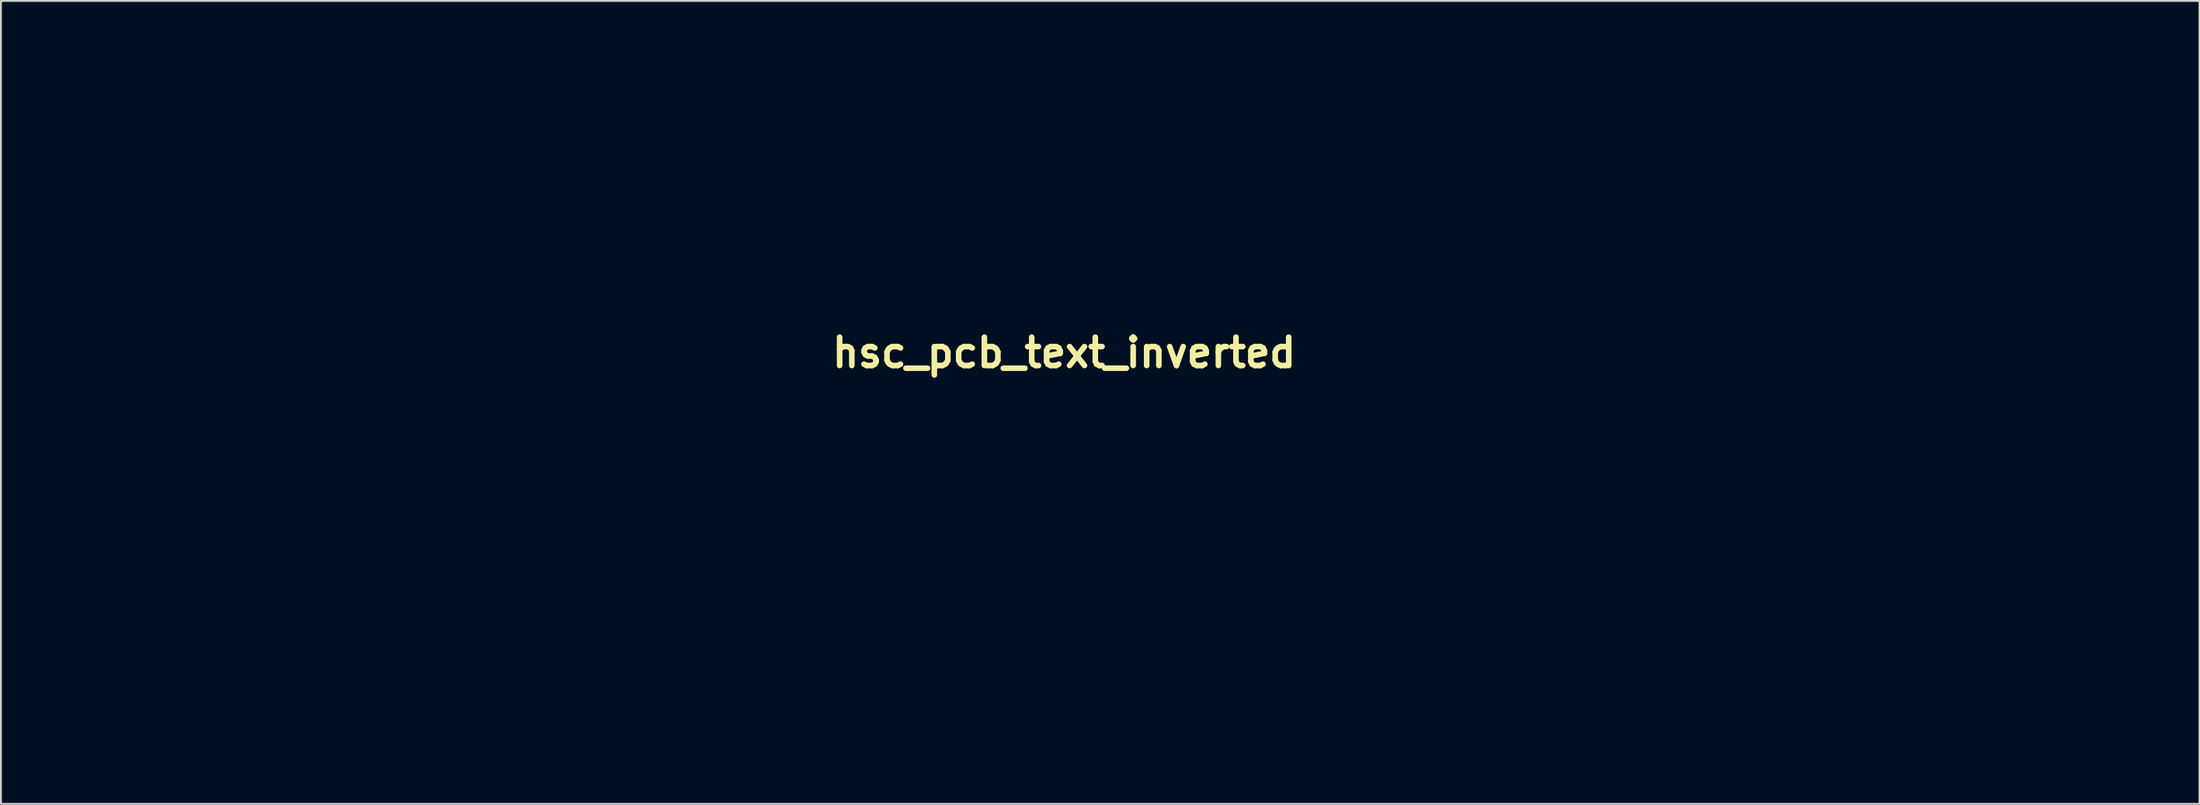
<source format=kicad_pcb>
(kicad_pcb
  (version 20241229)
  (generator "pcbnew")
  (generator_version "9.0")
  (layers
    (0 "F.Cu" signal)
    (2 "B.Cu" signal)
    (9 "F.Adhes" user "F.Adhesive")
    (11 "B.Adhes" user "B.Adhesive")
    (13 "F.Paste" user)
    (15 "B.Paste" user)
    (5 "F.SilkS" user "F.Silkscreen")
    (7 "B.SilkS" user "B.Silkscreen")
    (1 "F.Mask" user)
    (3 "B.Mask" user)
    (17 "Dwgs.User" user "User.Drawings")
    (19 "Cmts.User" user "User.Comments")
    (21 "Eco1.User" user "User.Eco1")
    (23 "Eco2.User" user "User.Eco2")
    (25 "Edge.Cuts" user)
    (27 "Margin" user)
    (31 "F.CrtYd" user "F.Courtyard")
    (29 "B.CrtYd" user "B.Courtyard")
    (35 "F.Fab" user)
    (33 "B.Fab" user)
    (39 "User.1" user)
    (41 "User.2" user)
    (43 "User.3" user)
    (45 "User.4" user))
  (footprint "hsc_pcb_text_inverted"
    (layer "F.Cu")
    (at 54.045 15.878)
    (property "Reference" "hsc_pcb_text_inverted" (at 0 0 0) (layer "F.SilkS") (effects (font (size 1.524 1.524) (thickness 0.3))))
    (attr through_hole)
    (fp_poly (pts (xy -19.581 18.432) (xy -19.569 18.556) (xy -19.581 18.571) (xy -19.643 18.557) (xy -19.651 18.501) (xy -19.613 18.415) (xy -19.581 18.432)) (stroke (width 0.01) (type solid)) (fill yes) (layer "F.Mask"))
    (fp_poly (pts (xy 30.905 18.432) (xy 30.918 18.556) (xy 30.905 18.571) (xy 30.843 18.557) (xy 30.835 18.501) (xy 30.874 18.415) (xy 30.905 18.432)) (stroke (width 0.01) (type solid)) (fill yes) (layer "F.Mask"))
    (fp_poly (pts (xy 17.916 15.345) (xy 18.042 15.595) (xy 18.042 16.003) (xy 18.036 16.044) (xy 17.966 16.515) (xy 16.747 16.515) (xy 16.853 16.094) (xy 17.014 15.728) (xy 17.265 15.437) (xy 17.553 15.277) (xy 17.666 15.261) (xy 17.916 15.345)) (stroke (width 0.01) (type solid)) (fill yes) (layer "F.Mask"))
    (fp_poly (pts (xy 41.016 15.345) (xy 41.142 15.595) (xy 41.143 16.003) (xy 41.137 16.044) (xy 41.066 16.515) (xy 39.847 16.515) (xy 39.954 16.094) (xy 40.115 15.728) (xy 40.365 15.437) (xy 40.654 15.277) (xy 40.767 15.261) (xy 41.016 15.345)) (stroke (width 0.01) (type solid)) (fill yes) (layer "F.Mask"))
    (fp_poly (pts (xy 0.229 16.952) (xy 0.598 16.986) (xy 0.452 17.486) (xy 0.289 17.879) (xy 0.054 18.135) (xy -0.031 18.191) (xy -0.281 18.338) (xy -0.433 18.383) (xy -0.564 18.334) (xy -0.681 18.252) (xy -0.805 18.123) (xy -0.827 17.947) (xy -0.779 17.713) (xy -0.585 17.301) (xy -0.266 17.038) (xy 0.146 16.948) (xy 0.229 16.952)) (stroke (width 0.01) (type solid)) (fill yes) (layer "F.Mask"))
    (fp_poly (pts (xy 12.564 16.952) (xy 12.932 16.986) (xy 12.786 17.486) (xy 12.624 17.879) (xy 12.388 18.135) (xy 12.304 18.191) (xy 12.053 18.338) (xy 11.901 18.383) (xy 11.77 18.334) (xy 11.653 18.252) (xy 11.529 18.123) (xy 11.507 17.947) (xy 11.555 17.713) (xy 11.749 17.301) (xy 12.068 17.038) (xy 12.48 16.948) (xy 12.564 16.952)) (stroke (width 0.01) (type solid)) (fill yes) (layer "F.Mask"))
    (fp_poly (pts (xy -24.977 15.417) (xy -24.898 15.703) (xy -24.92 16.156) (xy -25.036 16.77) (xy -25.171 17.299) (xy -25.299 17.66) (xy -25.438 17.893) (xy -25.607 18.036) (xy -25.678 18.072) (xy -26 18.177) (xy -26.224 18.136) (xy -26.339 18.034) (xy -26.391 17.918) (xy -26.397 17.722) (xy -26.354 17.409) (xy -26.259 16.938) (xy -26.242 16.858) (xy -26.096 16.255) (xy -25.958 15.829) (xy -25.811 15.549) (xy -25.639 15.382) (xy -25.45 15.303) (xy -25.16 15.287) (xy -24.977 15.417)) (stroke (width 0.01) (type solid)) (fill yes) (layer "F.Mask"))
    (fp_poly (pts (xy -15.409 15.303) (xy -15.251 15.429) (xy -15.195 15.63) (xy -15.202 15.973) (xy -15.261 16.406) (xy -15.361 16.877) (xy -15.489 17.334) (xy -15.635 17.725) (xy -15.786 17.997) (xy -15.841 18.057) (xy -16.164 18.258) (xy -16.447 18.265) (xy -16.599 18.167) (xy -16.681 18.043) (xy -16.714 17.858) (xy -16.696 17.578) (xy -16.624 17.167) (xy -16.506 16.628) (xy -16.38 16.132) (xy -16.262 15.798) (xy -16.134 15.581) (xy -16.021 15.47) (xy -15.688 15.287) (xy -15.409 15.303)) (stroke (width 0.01) (type solid)) (fill yes) (layer "F.Mask"))
    (fp_poly (pts (xy -12.377 15.303) (xy -12.22 15.429) (xy -12.163 15.63) (xy -12.17 15.973) (xy -12.23 16.406) (xy -12.33 16.877) (xy -12.458 17.334) (xy -12.604 17.725) (xy -12.754 17.997) (xy -12.809 18.057) (xy -13.133 18.258) (xy -13.416 18.265) (xy -13.568 18.167) (xy -13.65 18.043) (xy -13.683 17.858) (xy -13.665 17.578) (xy -13.593 17.167) (xy -13.475 16.628) (xy -13.349 16.132) (xy -13.231 15.798) (xy -13.103 15.581) (xy -12.99 15.47) (xy -12.656 15.287) (xy -12.377 15.303)) (stroke (width 0.01) (type solid)) (fill yes) (layer "F.Mask"))
    (fp_poly (pts (xy 5.741 15.4) (xy 5.826 15.663) (xy 5.816 16.087) (xy 5.716 16.683) (xy 5.648 16.984) (xy 5.513 17.478) (xy 5.373 17.81) (xy 5.207 18.028) (xy 5.176 18.056) (xy 4.848 18.256) (xy 4.566 18.262) (xy 4.386 18.13) (xy 4.331 18.02) (xy 4.318 17.844) (xy 4.351 17.561) (xy 4.432 17.133) (xy 4.48 16.906) (xy 4.625 16.292) (xy 4.762 15.856) (xy 4.908 15.566) (xy 5.078 15.391) (xy 5.281 15.303) (xy 5.561 15.284) (xy 5.741 15.4)) (stroke (width 0.01) (type solid)) (fill yes) (layer "F.Mask"))
    (fp_poly (pts (xy 25.461 15.303) (xy 25.619 15.429) (xy 25.675 15.63) (xy 25.668 15.973) (xy 25.609 16.406) (xy 25.509 16.877) (xy 25.381 17.334) (xy 25.235 17.725) (xy 25.084 17.997) (xy 25.029 18.057) (xy 24.706 18.258) (xy 24.423 18.265) (xy 24.271 18.167) (xy 24.189 18.043) (xy 24.156 17.858) (xy 24.174 17.578) (xy 24.246 17.167) (xy 24.364 16.628) (xy 24.49 16.132) (xy 24.608 15.798) (xy 24.735 15.581) (xy 24.849 15.47) (xy 25.182 15.287) (xy 25.461 15.303)) (stroke (width 0.01) (type solid)) (fill yes) (layer "F.Mask"))
    (fp_poly (pts (xy 35.078 15.303) (xy 35.235 15.429) (xy 35.292 15.63) (xy 35.285 15.973) (xy 35.225 16.406) (xy 35.126 16.877) (xy 34.997 17.334) (xy 34.852 17.725) (xy 34.701 17.997) (xy 34.646 18.057) (xy 34.322 18.258) (xy 34.04 18.265) (xy 33.888 18.167) (xy 33.805 18.043) (xy 33.772 17.858) (xy 33.791 17.578) (xy 33.862 17.167) (xy 33.98 16.628) (xy 34.106 16.132) (xy 34.224 15.798) (xy 34.352 15.581) (xy 34.465 15.47) (xy 34.799 15.287) (xy 35.078 15.303)) (stroke (width 0.01) (type solid)) (fill yes) (layer "F.Mask"))
    (fp_poly (pts (xy -18.86 14.972) (xy -18.86 15.09) (xy -18.902 15.374) (xy -18.977 15.79) (xy -19.08 16.3) (xy -19.147 16.61) (xy -19.28 17.208) (xy -19.38 17.632) (xy -19.459 17.912) (xy -19.53 18.077) (xy -19.605 18.158) (xy -19.695 18.185) (xy -19.775 18.188) (xy -20.007 18.152) (xy -20.123 18.081) (xy -20.126 17.944) (xy -20.089 17.645) (xy -20.018 17.224) (xy -19.919 16.725) (xy -19.896 16.617) (xy -19.603 15.261) (xy -19.261 15.261) (xy -19.01 15.228) (xy -18.921 15.115) (xy -18.919 15.087) (xy -18.892 14.968) (xy -18.86 14.972)) (stroke (width 0.01) (type solid)) (fill yes) (layer "F.Mask"))
    (fp_poly (pts (xy 31.627 14.972) (xy 31.626 15.09) (xy 31.585 15.374) (xy 31.509 15.79) (xy 31.406 16.3) (xy 31.34 16.61) (xy 31.207 17.208) (xy 31.107 17.632) (xy 31.027 17.912) (xy 30.956 18.077) (xy 30.882 18.158) (xy 30.792 18.185) (xy 30.711 18.188) (xy 30.479 18.152) (xy 30.364 18.081) (xy 30.36 17.944) (xy 30.397 17.645) (xy 30.468 17.224) (xy 30.568 16.725) (xy 30.59 16.617) (xy 30.884 15.261) (xy 31.225 15.261) (xy 31.476 15.228) (xy 31.565 15.115) (xy 31.567 15.087) (xy 31.595 14.968) (xy 31.627 14.972)) (stroke (width 0.01) (type solid)) (fill yes) (layer "F.Mask"))
    (fp_poly (pts (xy 29.802 0.433) (xy 30.037 0.542) (xy 30.1 0.62) (xy 30.14 0.796) (xy 30.173 1.136) (xy 30.197 1.594) (xy 30.208 2.123) (xy 30.208 2.24) (xy 30.206 2.819) (xy 30.194 3.227) (xy 30.169 3.501) (xy 30.126 3.679) (xy 30.059 3.8) (xy 29.999 3.867) (xy 29.732 4.051) (xy 29.486 4.032) (xy 29.327 3.912) (xy 29.261 3.81) (xy 29.215 3.638) (xy 29.185 3.361) (xy 29.169 2.948) (xy 29.163 2.367) (xy 29.163 2.209) (xy 29.171 1.504) (xy 29.194 0.998) (xy 29.235 0.679) (xy 29.288 0.544) (xy 29.52 0.431) (xy 29.802 0.433)) (stroke (width 0.01) (type solid)) (fill yes) (layer "F.Mask"))
    (fp_poly (pts (xy -41.052 -9.564) (xy -41.015 -9.404) (xy -40.947 -9.07) (xy -40.855 -8.596) (xy -40.744 -8.012) (xy -40.621 -7.352) (xy -40.556 -7.003) (xy -40.43 -6.319) (xy -40.314 -5.697) (xy -40.214 -5.169) (xy -40.135 -4.767) (xy -40.085 -4.522) (xy -40.073 -4.469) (xy -40.067 -4.385) (xy -40.131 -4.332) (xy -40.3 -4.302) (xy -40.61 -4.288) (xy -41.069 -4.286) (xy -42.119 -4.286) (xy -42.05 -4.625) (xy -42.012 -4.824) (xy -41.996 -4.913) (xy -41.351 -4.913) (xy -40.807 -4.913) (xy -40.911 -5.54) (xy -40.975 -5.869) (xy -41.038 -6.096) (xy -41.079 -6.167) (xy -41.129 -6.073) (xy -41.192 -5.828) (xy -41.247 -5.54) (xy -41.351 -4.913) (xy -41.996 -4.913) (xy -41.944 -5.194) (xy -41.851 -5.702) (xy -41.74 -6.313) (xy -41.617 -6.994) (xy -41.549 -7.369) (xy -41.42 -8.062) (xy -41.303 -8.65) (xy -41.201 -9.112) (xy -41.122 -9.426) (xy -41.068 -9.568) (xy -41.052 -9.564)) (stroke (width 0.01) (type solid)) (fill yes) (layer "F.Mask"))
    (fp_poly (pts (xy -32.173 -12.433) (xy -31.864 -12.41) (xy -31.652 -12.356) (xy -31.483 -12.261) (xy -31.373 -12.174) (xy -31.161 -11.957) (xy -31.007 -11.693) (xy -30.901 -11.347) (xy -30.837 -10.886) (xy -30.805 -10.276) (xy -30.799 -9.71) (xy -30.803 -9.113) (xy -30.818 -8.684) (xy -30.848 -8.38) (xy -30.899 -8.162) (xy -30.976 -7.987) (xy -31 -7.944) (xy -31.252 -7.589) (xy -31.546 -7.353) (xy -31.934 -7.212) (xy -32.465 -7.139) (xy -32.608 -7.13) (xy -33.449 -7.081) (xy -33.449 -7.707) (xy -32.821 -7.707) (xy -32.325 -7.773) (xy -31.898 -7.884) (xy -31.645 -8.06) (xy -31.535 -8.269) (xy -31.474 -8.593) (xy -31.455 -9.027) (xy -31.45 -9.863) (xy -31.462 -10.513) (xy -31.498 -11) (xy -31.565 -11.348) (xy -31.672 -11.58) (xy -31.825 -11.719) (xy -32.033 -11.787) (xy -32.303 -11.809) (xy -32.377 -11.81) (xy -32.821 -11.812) (xy -32.821 -7.707) (xy -33.449 -7.707) (xy -33.449 -8.489) (xy -33.454 -9.17) (xy -33.47 -9.928) (xy -33.494 -10.661) (xy -33.517 -11.168) (xy -33.585 -12.439) (xy -32.636 -12.439) (xy -32.173 -12.433)) (stroke (width 0.01) (type solid)) (fill yes) (layer "F.Mask"))
    (fp_poly (pts (xy -23.498 -12.538) (xy -23.188 -12.514) (xy -22.976 -12.461) (xy -22.808 -12.366) (xy -22.697 -12.278) (xy -22.486 -12.062) (xy -22.331 -11.797) (xy -22.225 -11.452) (xy -22.161 -10.991) (xy -22.13 -10.381) (xy -22.123 -9.815) (xy -22.127 -9.218) (xy -22.142 -8.788) (xy -22.172 -8.485) (xy -22.224 -8.266) (xy -22.3 -8.091) (xy -22.324 -8.049) (xy -22.576 -7.693) (xy -22.871 -7.458) (xy -23.258 -7.317) (xy -23.789 -7.244) (xy -23.932 -7.234) (xy -24.773 -7.185) (xy -24.773 -7.811) (xy -24.146 -7.811) (xy -23.649 -7.877) (xy -23.223 -7.988) (xy -22.97 -8.164) (xy -22.859 -8.373) (xy -22.799 -8.697) (xy -22.779 -9.132) (xy -22.774 -9.967) (xy -22.786 -10.617) (xy -22.822 -11.105) (xy -22.889 -11.453) (xy -22.996 -11.685) (xy -23.149 -11.823) (xy -23.357 -11.892) (xy -23.628 -11.914) (xy -23.701 -11.914) (xy -24.146 -11.916) (xy -24.146 -7.811) (xy -24.773 -7.811) (xy -24.773 -8.594) (xy -24.779 -9.275) (xy -24.795 -10.033) (xy -24.818 -10.765) (xy -24.841 -11.272) (xy -24.909 -12.543) (xy -23.961 -12.543) (xy -23.498 -12.538)) (stroke (width 0.01) (type solid)) (fill yes) (layer "F.Mask"))
    (fp_poly (pts (xy -38.002 13.757) (xy -37.697 13.93) (xy -37.54 14.184) (xy -37.528 14.294) (xy -37.551 14.457) (xy -37.612 14.782) (xy -37.705 15.23) (xy -37.82 15.76) (xy -37.88 16.029) (xy -38.046 16.733) (xy -38.197 17.258) (xy -38.349 17.632) (xy -38.522 17.882) (xy -38.734 18.037) (xy -39.002 18.123) (xy -39.293 18.163) (xy -39.599 18.175) (xy -39.79 18.148) (xy -39.825 18.116) (xy -39.803 17.988) (xy -39.742 17.689) (xy -39.689 17.439) (xy -38.988 17.439) (xy -38.981 17.456) (xy -38.898 17.367) (xy -38.803 17.15) (xy -38.792 17.116) (xy -38.725 16.878) (xy -38.628 16.491) (xy -38.515 16.014) (xy -38.417 15.584) (xy -38.293 15) (xy -38.225 14.603) (xy -38.211 14.376) (xy -38.251 14.304) (xy -38.318 14.346) (xy -38.368 14.471) (xy -38.446 14.75) (xy -38.542 15.14) (xy -38.646 15.598) (xy -38.751 16.083) (xy -38.846 16.552) (xy -38.924 16.963) (xy -38.974 17.272) (xy -38.988 17.439) (xy -39.689 17.439) (xy -39.648 17.249) (xy -39.529 16.701) (xy -39.391 16.077) (xy -39.354 15.911) (xy -39.213 15.276) (xy -39.089 14.713) (xy -38.988 14.251) (xy -38.918 13.924) (xy -38.886 13.761) (xy -38.884 13.749) (xy -38.79 13.716) (xy -38.554 13.696) (xy -38.414 13.693) (xy -38.002 13.757)) (stroke (width 0.01) (type solid)) (fill yes) (layer "F.Mask"))
    (fp_poly (pts (xy 15.313 -12.623) (xy 15.573 -12.522) (xy 15.851 -12.301) (xy 15.863 -12.29) (xy 16.254 -11.932) (xy 16.337 -8.24) (xy 16.366 -6.893) (xy 16.385 -5.741) (xy 16.394 -4.767) (xy 16.394 -3.958) (xy 16.383 -3.299) (xy 16.361 -2.774) (xy 16.328 -2.369) (xy 16.283 -2.069) (xy 16.227 -1.859) (xy 16.17 -1.741) (xy 15.801 -1.352) (xy 15.341 -1.137) (xy 14.827 -1.107) (xy 14.353 -1.245) (xy 14.182 -1.325) (xy 14.039 -1.405) (xy 13.921 -1.505) (xy 13.826 -1.641) (xy 13.75 -1.834) (xy 13.691 -2.1) (xy 13.646 -2.459) (xy 13.612 -2.928) (xy 13.587 -3.527) (xy 13.568 -4.273) (xy 13.551 -5.185) (xy 13.534 -6.282) (xy 13.528 -6.704) (xy 13.512 -7.889) (xy 13.501 -8.883) (xy 13.497 -9.705) (xy 13.497 -9.745) (xy 14.183 -9.745) (xy 14.185 -9.01) (xy 14.19 -8.105) (xy 14.198 -7.013) (xy 14.2 -6.861) (xy 14.211 -5.593) (xy 14.226 -4.528) (xy 14.244 -3.658) (xy 14.264 -2.978) (xy 14.288 -2.481) (xy 14.316 -2.16) (xy 14.347 -2.009) (xy 14.353 -2) (xy 14.546 -1.843) (xy 14.682 -1.772) (xy 14.855 -1.701) (xy 14.906 -1.679) (xy 15 -1.705) (xy 15.215 -1.777) (xy 15.243 -1.786) (xy 15.51 -1.944) (xy 15.659 -2.225) (xy 15.67 -2.264) (xy 15.694 -2.464) (xy 15.712 -2.858) (xy 15.724 -3.433) (xy 15.729 -4.176) (xy 15.728 -5.071) (xy 15.72 -6.105) (xy 15.708 -7.132) (xy 15.692 -8.225) (xy 15.678 -9.128) (xy 15.663 -9.859) (xy 15.648 -10.439) (xy 15.631 -10.887) (xy 15.61 -11.22) (xy 15.586 -11.46) (xy 15.556 -11.623) (xy 15.521 -11.731) (xy 15.478 -11.801) (xy 15.453 -11.828) (xy 15.161 -11.989) (xy 14.805 -12.011) (xy 14.478 -11.897) (xy 14.362 -11.8) (xy 14.315 -11.739) (xy 14.277 -11.661) (xy 14.246 -11.545) (xy 14.221 -11.372) (xy 14.204 -11.125) (xy 14.192 -10.784) (xy 14.185 -10.33) (xy 14.183 -9.745) (xy 13.497 -9.745) (xy 13.502 -10.374) (xy 13.517 -10.907) (xy 13.546 -11.324) (xy 13.589 -11.642) (xy 13.649 -11.88) (xy 13.727 -12.056) (xy 13.825 -12.19) (xy 13.945 -12.298) (xy 14.089 -12.401) (xy 14.1 -12.409) (xy 14.522 -12.599) (xy 14.964 -12.648) (xy 15.313 -12.623)) (stroke (width 0.01) (type solid)) (fill yes) (layer "F.Mask"))
    (fp_poly (pts (xy -25.621 -15.459) (xy -24.895 -15.448) (xy -23.984 -15.428) (xy -23.25 -15.395) (xy -22.664 -15.342) (xy -22.195 -15.261) (xy -21.812 -15.143) (xy -21.484 -14.982) (xy -21.181 -14.769) (xy -20.871 -14.495) (xy -20.757 -14.385) (xy -20.325 -13.915) (xy -19.99 -13.428) (xy -19.74 -12.889) (xy -19.564 -12.26) (xy -19.448 -11.506) (xy -19.379 -10.59) (xy -19.369 -10.346) (xy -19.351 -9.385) (xy -19.384 -8.587) (xy -19.474 -7.91) (xy -19.626 -7.311) (xy -19.848 -6.748) (xy -19.929 -6.581) (xy -20.426 -5.802) (xy -21.052 -5.185) (xy -21.792 -4.738) (xy -22.632 -4.471) (xy -23.477 -4.39) (xy -24.146 -4.39) (xy -24.146 -1.463) (xy -24.145 -0.539) (xy -24.149 0.197) (xy -24.165 0.767) (xy -24.201 1.192) (xy -24.264 1.493) (xy -24.364 1.691) (xy -24.506 1.808) (xy -24.7 1.865) (xy -24.952 1.882) (xy -25.271 1.883) (xy -25.374 1.883) (xy -25.822 1.89) (xy -26.238 1.907) (xy -26.536 1.931) (xy -26.55 1.933) (xy -26.867 1.941) (xy -27.131 1.891) (xy -27.14 1.887) (xy -27.24 1.846) (xy -27.328 1.806) (xy -27.404 1.752) (xy -27.469 1.672) (xy -27.524 1.551) (xy -27.569 1.376) (xy -27.587 1.254) (xy -27.072 1.254) (xy -24.773 1.254) (xy -24.773 -5.017) (xy -23.784 -5.017) (xy -22.917 -5.071) (xy -22.203 -5.239) (xy -21.613 -5.529) (xy -21.229 -5.837) (xy -20.768 -6.37) (xy -20.42 -6.983) (xy -20.176 -7.702) (xy -20.029 -8.555) (xy -19.969 -9.568) (xy -19.967 -9.826) (xy -20.001 -10.925) (xy -20.104 -11.833) (xy -20.277 -12.554) (xy -20.382 -12.827) (xy -20.687 -13.337) (xy -21.126 -13.841) (xy -21.631 -14.274) (xy -22.085 -14.544) (xy -22.28 -14.627) (xy -22.473 -14.689) (xy -22.697 -14.735) (xy -22.985 -14.768) (xy -23.37 -14.791) (xy -23.887 -14.807) (xy -24.567 -14.82) (xy -24.851 -14.824) (xy -27.072 -14.858) (xy -27.072 1.254) (xy -27.587 1.254) (xy -27.606 1.132) (xy -27.635 0.808) (xy -27.657 0.387) (xy -27.674 -0.142) (xy -27.685 -0.794) (xy -27.693 -1.582) (xy -27.697 -2.52) (xy -27.699 -3.622) (xy -27.7 -4.901) (xy -27.7 -6.372) (xy -27.7 -6.87) (xy -27.7 -8.369) (xy -27.699 -9.674) (xy -27.698 -10.798) (xy -27.696 -11.754) (xy -27.692 -12.558) (xy -27.686 -13.222) (xy -27.678 -13.762) (xy -27.668 -14.19) (xy -27.655 -14.522) (xy -27.638 -14.77) (xy -27.618 -14.95) (xy -27.593 -15.075) (xy -27.565 -15.158) (xy -27.531 -15.215) (xy -27.493 -15.258) (xy -27.482 -15.269) (xy -27.404 -15.339) (xy -27.309 -15.392) (xy -27.171 -15.429) (xy -26.961 -15.452) (xy -26.651 -15.464) (xy -26.214 -15.465) (xy -25.621 -15.459)) (stroke (width 0.01) (type solid)) (fill yes) (layer "F.Mask"))
    (fp_poly (pts (xy 15.247 -15.658) (xy 16.163 -15.507) (xy 16.997 -15.173) (xy 17.726 -14.676) (xy 18.33 -14.033) (xy 18.789 -13.262) (xy 19.075 -12.405) (xy 19.114 -12.205) (xy 19.146 -11.973) (xy 19.171 -11.69) (xy 19.191 -11.337) (xy 19.205 -10.893) (xy 19.215 -10.339) (xy 19.22 -9.656) (xy 19.221 -8.825) (xy 19.218 -7.826) (xy 19.212 -6.64) (xy 19.211 -6.481) (xy 19.204 -5.308) (xy 19.197 -4.325) (xy 19.19 -3.512) (xy 19.181 -2.852) (xy 19.169 -2.323) (xy 19.154 -1.908) (xy 19.135 -1.587) (xy 19.111 -1.34) (xy 19.081 -1.149) (xy 19.043 -0.995) (xy 18.998 -0.858) (xy 18.943 -0.719) (xy 18.937 -0.702) (xy 18.636 -0.145) (xy 18.2 0.424) (xy 17.687 0.938) (xy 17.158 1.333) (xy 17.063 1.387) (xy 16.647 1.575) (xy 16.139 1.748) (xy 15.618 1.885) (xy 15.16 1.965) (xy 14.947 1.976) (xy 14.708 1.951) (xy 14.35 1.891) (xy 14.024 1.826) (xy 13.576 1.698) (xy 13.125 1.523) (xy 12.878 1.398) (xy 12.388 1.054) (xy 11.903 0.616) (xy 11.484 0.145) (xy 11.193 -0.296) (xy 11.08 -0.526) (xy 10.984 -0.749) (xy 10.905 -0.983) (xy 10.84 -1.249) (xy 10.788 -1.566) (xy 10.747 -1.954) (xy 10.717 -2.431) (xy 10.694 -3.018) (xy 10.678 -3.735) (xy 10.673 -4.164) (xy 11.299 -4.164) (xy 11.301 -3.491) (xy 11.307 -2.949) (xy 11.318 -2.518) (xy 11.333 -2.18) (xy 11.355 -1.914) (xy 11.383 -1.701) (xy 11.418 -1.522) (xy 11.461 -1.356) (xy 11.495 -1.241) (xy 11.68 -0.747) (xy 11.931 -0.329) (xy 12.246 0.051) (xy 12.926 0.656) (xy 13.672 1.065) (xy 14.477 1.274) (xy 15.329 1.281) (xy 16.202 1.089) (xy 16.806 0.807) (xy 17.385 0.387) (xy 17.86 -0.11) (xy 17.988 -0.292) (xy 18.124 -0.51) (xy 18.238 -0.713) (xy 18.334 -0.921) (xy 18.411 -1.152) (xy 18.472 -1.426) (xy 18.519 -1.762) (xy 18.553 -2.178) (xy 18.576 -2.695) (xy 18.589 -3.33) (xy 18.595 -4.103) (xy 18.594 -5.034) (xy 18.59 -6.14) (xy 18.584 -7.072) (xy 18.553 -12.282) (xy 18.228 -12.961) (xy 17.778 -13.703) (xy 17.209 -14.283) (xy 16.522 -14.714) (xy 16.223 -14.849) (xy 15.952 -14.934) (xy 15.643 -14.98) (xy 15.232 -14.997) (xy 14.895 -15) (xy 14.405 -14.995) (xy 14.058 -14.973) (xy 13.79 -14.919) (xy 13.534 -14.819) (xy 13.224 -14.661) (xy 13.188 -14.641) (xy 12.485 -14.152) (xy 11.929 -13.52) (xy 11.578 -12.901) (xy 11.525 -12.781) (xy 11.48 -12.661) (xy 11.443 -12.522) (xy 11.412 -12.346) (xy 11.388 -12.113) (xy 11.369 -11.806) (xy 11.354 -11.404) (xy 11.342 -10.89) (xy 11.333 -10.244) (xy 11.326 -9.448) (xy 11.319 -8.482) (xy 11.312 -7.329) (xy 11.311 -7.165) (xy 11.305 -5.982) (xy 11.301 -4.988) (xy 11.299 -4.164) (xy 10.673 -4.164) (xy 10.668 -4.599) (xy 10.661 -5.632) (xy 10.655 -6.853) (xy 10.655 -6.978) (xy 10.651 -8.143) (xy 10.649 -9.118) (xy 10.649 -9.924) (xy 10.652 -10.579) (xy 10.66 -11.104) (xy 10.671 -11.519) (xy 10.688 -11.841) (xy 10.711 -12.093) (xy 10.74 -12.292) (xy 10.777 -12.459) (xy 10.822 -12.613) (xy 10.865 -12.744) (xy 11.268 -13.637) (xy 11.81 -14.378) (xy 12.48 -14.959) (xy 13.265 -15.372) (xy 14.156 -15.609) (xy 15.139 -15.663) (xy 15.247 -15.658)) (stroke (width 0.01) (type solid)) (fill yes) (layer "F.Mask"))
    (fp_poly (pts (xy -11.9 -15.467) (xy -11.497 -15.455) (xy -11.227 -15.429) (xy -11.052 -15.385) (xy -10.932 -15.316) (xy -10.871 -15.261) (xy -10.715 -15.041) (xy -10.662 -14.863) (xy -10.692 -14.727) (xy -10.781 -14.413) (xy -10.92 -13.941) (xy -11.104 -13.332) (xy -11.326 -12.606) (xy -11.58 -11.784) (xy -11.861 -10.887) (xy -12.125 -10.049) (xy -13.588 -5.425) (xy -13.588 -1.945) (xy -13.589 -0.996) (xy -13.592 -0.234) (xy -13.598 0.362) (xy -13.608 0.815) (xy -13.624 1.147) (xy -13.646 1.378) (xy -13.677 1.532) (xy -13.716 1.631) (xy -13.765 1.695) (xy -13.78 1.708) (xy -13.896 1.782) (xy -14.078 1.832) (xy -14.363 1.863) (xy -14.786 1.878) (xy -15.331 1.881) (xy -15.894 1.879) (xy -16.286 1.868) (xy -16.546 1.842) (xy -16.713 1.797) (xy -16.826 1.726) (xy -16.891 1.662) (xy -16.944 1.591) (xy -16.988 1.494) (xy -17.023 1.35) (xy -17.052 1.137) (xy -17.074 0.833) (xy -17.093 0.416) (xy -17.109 -0.136) (xy -17.124 -0.843) (xy -17.138 -1.728) (xy -17.145 -2.18) (xy -17.201 -5.801) (xy -18.648 -10.188) (xy -18.951 -11.111) (xy -19.232 -11.979) (xy -19.485 -12.772) (xy -19.703 -13.467) (xy -19.879 -14.043) (xy -20.007 -14.478) (xy -20.071 -14.716) (xy -19.441 -14.716) (xy -19.409 -14.591) (xy -19.319 -14.289) (xy -19.176 -13.829) (xy -18.988 -13.232) (xy -18.761 -12.519) (xy -18.502 -11.71) (xy -18.216 -10.826) (xy -17.977 -10.091) (xy -16.515 -5.6) (xy -16.515 -3.444) (xy -16.512 -2.686) (xy -16.502 -1.901) (xy -16.486 -1.149) (xy -16.467 -0.489) (xy -16.447 -0.016) (xy -16.379 1.254) (xy -14.216 1.254) (xy -14.216 -5.523) (xy -12.752 -10.139) (xy -12.455 -11.079) (xy -12.177 -11.956) (xy -11.927 -12.751) (xy -11.709 -13.444) (xy -11.53 -14.015) (xy -11.396 -14.444) (xy -11.314 -14.712) (xy -11.289 -14.799) (xy -11.386 -14.816) (xy -11.652 -14.83) (xy -12.043 -14.84) (xy -12.477 -14.843) (xy -13.665 -14.843) (xy -13.932 -13.876) (xy -14.045 -13.463) (xy -14.198 -12.899) (xy -14.376 -12.237) (xy -14.566 -11.529) (xy -14.749 -10.845) (xy -14.918 -10.223) (xy -15.072 -9.677) (xy -15.202 -9.235) (xy -15.3 -8.928) (xy -15.357 -8.786) (xy -15.363 -8.78) (xy -15.406 -8.877) (xy -15.497 -9.151) (xy -15.627 -9.577) (xy -15.79 -10.13) (xy -15.979 -10.786) (xy -16.186 -11.521) (xy -16.259 -11.785) (xy -17.091 -14.791) (xy -18.266 -14.82) (xy -18.803 -14.828) (xy -19.158 -14.818) (xy -19.361 -14.787) (xy -19.438 -14.733) (xy -19.441 -14.716) (xy -20.071 -14.716) (xy -20.08 -14.751) (xy -20.095 -14.833) (xy -20.06 -15.071) (xy -19.938 -15.243) (xy -19.704 -15.36) (xy -19.331 -15.431) (xy -18.794 -15.464) (xy -18.304 -15.47) (xy -17.683 -15.462) (xy -17.242 -15.438) (xy -16.949 -15.394) (xy -16.776 -15.327) (xy -16.766 -15.32) (xy -16.671 -15.207) (xy -16.561 -14.978) (xy -16.427 -14.613) (xy -16.263 -14.092) (xy -16.062 -13.395) (xy -15.987 -13.125) (xy -15.813 -12.508) (xy -15.656 -11.965) (xy -15.524 -11.527) (xy -15.426 -11.224) (xy -15.372 -11.086) (xy -15.367 -11.08) (xy -15.325 -11.177) (xy -15.241 -11.445) (xy -15.123 -11.854) (xy -14.979 -12.373) (xy -14.82 -12.971) (xy -14.802 -13.04) (xy -14.582 -13.849) (xy -14.391 -14.485) (xy -14.231 -14.938) (xy -14.105 -15.199) (xy -14.078 -15.235) (xy -13.979 -15.33) (xy -13.86 -15.396) (xy -13.683 -15.437) (xy -13.408 -15.459) (xy -12.998 -15.468) (xy -12.473 -15.47) (xy -11.9 -15.467)) (stroke (width 0.01) (type solid)) (fill yes) (layer "F.Mask"))
    (fp_poly (pts (xy 8.294 -15.575) (xy 8.354 -15.574) (xy 8.91 -15.572) (xy 9.297 -15.56) (xy 9.553 -15.534) (xy 9.717 -15.487) (xy 9.828 -15.414) (xy 9.888 -15.354) (xy 9.924 -15.308) (xy 9.956 -15.244) (xy 9.983 -15.15) (xy 10.007 -15.012) (xy 10.027 -14.815) (xy 10.044 -14.545) (xy 10.058 -14.189) (xy 10.07 -13.732) (xy 10.08 -13.161) (xy 10.088 -12.462) (xy 10.094 -11.621) (xy 10.1 -10.624) (xy 10.105 -9.456) (xy 10.111 -8.105) (xy 10.115 -6.89) (xy 10.12 -5.384) (xy 10.124 -4.073) (xy 10.126 -2.943) (xy 10.127 -1.98) (xy 10.126 -1.171) (xy 10.123 -0.501) (xy 10.117 0.043) (xy 10.108 0.476) (xy 10.096 0.812) (xy 10.08 1.064) (xy 10.061 1.246) (xy 10.038 1.373) (xy 10.01 1.458) (xy 9.977 1.515) (xy 9.94 1.558) (xy 9.932 1.566) (xy 9.825 1.654) (xy 9.685 1.713) (xy 9.474 1.75) (xy 9.151 1.769) (xy 8.678 1.776) (xy 8.378 1.777) (xy 7.819 1.774) (xy 7.431 1.762) (xy 7.173 1.736) (xy 7.008 1.69) (xy 6.897 1.618) (xy 6.84 1.561) (xy 6.785 1.487) (xy 6.741 1.386) (xy 6.706 1.234) (xy 6.679 1.009) (xy 6.657 0.687) (xy 6.641 0.247) (xy 6.627 -0.335) (xy 6.614 -1.081) (xy 6.602 -1.993) (xy 6.56 -5.331) (xy 5.331 -5.331) (xy 5.331 -1.986) (xy 5.332 -0.999) (xy 5.33 -0.202) (xy 5.318 0.427) (xy 5.291 0.907) (xy 5.241 1.258) (xy 5.162 1.5) (xy 5.048 1.653) (xy 4.892 1.738) (xy 4.687 1.773) (xy 4.427 1.78) (xy 4.105 1.778) (xy 4.103 1.778) (xy 3.655 1.785) (xy 3.239 1.803) (xy 2.941 1.827) (xy 2.927 1.829) (xy 2.61 1.836) (xy 2.345 1.786) (xy 2.337 1.783) (xy 2.236 1.742) (xy 2.148 1.701) (xy 2.072 1.648) (xy 2.008 1.567) (xy 1.953 1.446) (xy 1.908 1.271) (xy 1.871 1.028) (xy 1.842 0.703) (xy 1.819 0.283) (xy 1.803 -0.246) (xy 1.791 -0.898) (xy 1.784 -1.686) (xy 1.779 -2.625) (xy 1.777 -3.727) (xy 1.777 -5.006) (xy 1.777 -6.477) (xy 1.777 -6.974) (xy 1.777 -8.474) (xy 1.778 -9.78) (xy 1.779 -10.904) (xy 1.781 -11.861) (xy 1.785 -12.665) (xy 1.791 -13.329) (xy 1.799 -13.869) (xy 1.81 -14.298) (xy 1.823 -14.629) (xy 1.84 -14.878) (xy 1.848 -14.947) (xy 2.404 -14.947) (xy 2.404 1.15) (xy 4.704 1.15) (xy 4.704 -5.958) (xy 7.212 -5.958) (xy 7.213 -4.207) (xy 7.218 -3.443) (xy 7.231 -2.566) (xy 7.25 -1.67) (xy 7.274 -0.853) (xy 7.281 -0.653) (xy 7.35 1.15) (xy 9.512 1.15) (xy 9.512 -14.947) (xy 7.212 -14.947) (xy 7.212 -8.049) (xy 4.737 -8.049) (xy 4.668 -10.26) (xy 4.646 -11.021) (xy 4.627 -11.803) (xy 4.613 -12.551) (xy 4.603 -13.205) (xy 4.599 -13.709) (xy 4.599 -14.947) (xy 2.404 -14.947) (xy 1.848 -14.947) (xy 1.86 -15.057) (xy 1.884 -15.181) (xy 1.913 -15.264) (xy 1.946 -15.32) (xy 1.984 -15.363) (xy 1.986 -15.365) (xy 2.094 -15.454) (xy 2.237 -15.513) (xy 2.455 -15.549) (xy 2.787 -15.568) (xy 3.273 -15.574) (xy 3.502 -15.574) (xy 4.042 -15.576) (xy 4.452 -15.563) (xy 4.752 -15.512) (xy 4.959 -15.396) (xy 5.093 -15.191) (xy 5.173 -14.871) (xy 5.216 -14.412) (xy 5.242 -13.787) (xy 5.261 -13.214) (xy 5.284 -12.475) (xy 5.304 -11.7) (xy 5.32 -10.955) (xy 5.329 -10.307) (xy 5.331 -9.956) (xy 5.331 -8.676) (xy 6.585 -8.676) (xy 6.585 -11.85) (xy 6.583 -12.832) (xy 6.585 -13.625) (xy 6.598 -14.25) (xy 6.633 -14.725) (xy 6.7 -15.072) (xy 6.808 -15.311) (xy 6.966 -15.46) (xy 7.184 -15.542) (xy 7.472 -15.574) (xy 7.838 -15.579) (xy 8.294 -15.575)) (stroke (width 0.01) (type solid)) (fill yes) (layer "F.Mask"))
    (fp_poly (pts (xy -2.394 -15.623) (xy -2.011 -15.605) (xy -1.72 -15.563) (xy -1.461 -15.486) (xy -1.176 -15.365) (xy -1.045 -15.303) (xy -0.232 -14.807) (xy 0.43 -14.172) (xy 0.933 -13.412) (xy 1.272 -12.538) (xy 1.437 -11.564) (xy 1.446 -10.804) (xy 1.413 -10.364) (xy 1.344 -10.049) (xy 1.209 -9.837) (xy 0.977 -9.709) (xy 0.618 -9.643) (xy 0.099 -9.619) (xy -0.33 -9.616) (xy -0.862 -9.619) (xy -1.229 -9.631) (xy -1.471 -9.66) (xy -1.632 -9.713) (xy -1.755 -9.798) (xy -1.834 -9.873) (xy -1.987 -10.065) (xy -2.065 -10.295) (xy -2.09 -10.638) (xy -2.091 -10.735) (xy -2.138 -11.263) (xy -2.287 -11.661) (xy -2.302 -11.687) (xy -2.459 -11.907) (xy -2.627 -11.998) (xy -2.896 -12.004) (xy -2.952 -12) (xy -3.246 -11.945) (xy -3.447 -11.81) (xy -3.573 -11.562) (xy -3.637 -11.171) (xy -3.657 -10.606) (xy -3.657 -10.583) (xy -3.648 -10.125) (xy -3.615 -9.826) (xy -3.548 -9.635) (xy -3.467 -9.53) (xy -3.306 -9.423) (xy -2.991 -9.257) (xy -2.56 -9.051) (xy -2.055 -8.825) (xy -1.821 -8.725) (xy -1.235 -8.473) (xy -0.798 -8.27) (xy -0.467 -8.088) (xy -0.197 -7.902) (xy 0.058 -7.684) (xy 0.277 -7.473) (xy 0.649 -7.064) (xy 0.932 -6.649) (xy 1.139 -6.187) (xy 1.282 -5.641) (xy 1.375 -4.971) (xy 1.429 -4.14) (xy 1.437 -3.963) (xy 1.438 -2.796) (xy 1.344 -1.797) (xy 1.149 -0.943) (xy 0.849 -0.214) (xy 0.437 0.413) (xy 0.242 0.637) (xy -0.331 1.167) (xy -0.925 1.534) (xy -1.612 1.776) (xy -1.843 1.83) (xy -2.448 1.937) (xy -2.952 1.967) (xy -3.452 1.921) (xy -3.867 1.839) (xy -4.493 1.667) (xy -4.999 1.441) (xy -5.467 1.119) (xy -5.869 0.762) (xy -6.488 0.058) (xy -6.928 -0.714) (xy -7.199 -1.578) (xy -7.312 -2.561) (xy -7.317 -2.832) (xy -7.307 -3.238) (xy -7.275 -3.449) (xy -6.718 -3.449) (xy -6.667 -2.473) (xy -6.619 -1.888) (xy -6.537 -1.435) (xy -6.404 -1.04) (xy -6.351 -0.919) (xy -5.898 -0.161) (xy -5.307 0.46) (xy -4.601 0.923) (xy -3.806 1.208) (xy -3.766 1.217) (xy -3.376 1.297) (xy -3.095 1.337) (xy -2.838 1.336) (xy -2.52 1.298) (xy -2.209 1.249) (xy -1.391 1.036) (xy -0.705 0.68) (xy -0.149 0.177) (xy 0.278 -0.479) (xy 0.581 -1.292) (xy 0.762 -2.266) (xy 0.824 -3.408) (xy 0.808 -4.107) (xy 0.754 -4.871) (xy 0.666 -5.477) (xy 0.529 -5.976) (xy 0.332 -6.416) (xy 0.148 -6.721) (xy -0.072 -6.995) (xy -0.368 -7.255) (xy -0.77 -7.516) (xy -1.305 -7.796) (xy -2 -8.112) (xy -2.367 -8.268) (xy -3.049 -8.566) (xy -3.556 -8.832) (xy -3.913 -9.098) (xy -4.142 -9.397) (xy -4.268 -9.764) (xy -4.314 -10.231) (xy -4.304 -10.831) (xy -4.297 -10.975) (xy -4.198 -11.64) (xy -3.978 -12.14) (xy -3.642 -12.473) (xy -3.191 -12.633) (xy -2.976 -12.648) (xy -2.431 -12.579) (xy -2.019 -12.364) (xy -1.728 -11.993) (xy -1.55 -11.455) (xy -1.487 -10.965) (xy -1.435 -10.244) (xy 0.864 -10.244) (xy 0.814 -11.285) (xy 0.78 -11.81) (xy 0.728 -12.198) (xy 0.64 -12.522) (xy 0.502 -12.856) (xy 0.431 -13.003) (xy -0.017 -13.704) (xy -0.601 -14.293) (xy -1.277 -14.73) (xy -1.547 -14.847) (xy -2.175 -15.003) (xy -2.888 -15.052) (xy -3.608 -14.996) (xy -4.259 -14.838) (xy -4.554 -14.713) (xy -5.204 -14.264) (xy -5.752 -13.65) (xy -6.179 -12.897) (xy -6.466 -12.031) (xy -6.491 -11.918) (xy -6.551 -11.444) (xy -6.57 -10.847) (xy -6.553 -10.194) (xy -6.503 -9.555) (xy -6.422 -8.995) (xy -6.329 -8.623) (xy -6.115 -8.104) (xy -5.848 -7.666) (xy -5.498 -7.286) (xy -5.037 -6.938) (xy -4.434 -6.596) (xy -3.661 -6.236) (xy -3.517 -6.174) (xy -2.888 -5.899) (xy -2.424 -5.68) (xy -2.095 -5.498) (xy -1.871 -5.333) (xy -1.723 -5.167) (xy -1.62 -4.98) (xy -1.606 -4.947) (xy -1.534 -4.65) (xy -1.486 -4.206) (xy -1.463 -3.672) (xy -1.464 -3.108) (xy -1.489 -2.574) (xy -1.538 -2.129) (xy -1.611 -1.834) (xy -1.881 -1.433) (xy -2.287 -1.189) (xy -2.806 -1.105) (xy -3.402 -1.172) (xy -3.858 -1.395) (xy -4.174 -1.773) (xy -4.35 -2.306) (xy -4.39 -2.81) (xy -4.39 -3.449) (xy -6.718 -3.449) (xy -7.275 -3.449) (xy -7.267 -3.499) (xy -7.18 -3.682) (xy -7.06 -3.82) (xy -6.94 -3.929) (xy -6.808 -4.002) (xy -6.623 -4.046) (xy -6.341 -4.068) (xy -5.921 -4.076) (xy -5.556 -4.077) (xy -4.929 -4.07) (xy -4.478 -4.035) (xy -4.172 -3.951) (xy -3.978 -3.796) (xy -3.864 -3.548) (xy -3.797 -3.187) (xy -3.764 -2.886) (xy -3.694 -2.37) (xy -3.587 -2.03) (xy -3.419 -1.834) (xy -3.166 -1.75) (xy -2.905 -1.74) (xy -2.597 -1.771) (xy -2.377 -1.865) (xy -2.23 -2.051) (xy -2.143 -2.359) (xy -2.102 -2.817) (xy -2.092 -3.435) (xy -2.1 -3.927) (xy -2.119 -4.348) (xy -2.146 -4.65) (xy -2.177 -4.782) (xy -2.297 -4.869) (xy -2.573 -5.021) (xy -2.972 -5.221) (xy -3.457 -5.452) (xy -3.752 -5.587) (xy -4.312 -5.851) (xy -4.842 -6.122) (xy -5.296 -6.373) (xy -5.625 -6.579) (xy -5.713 -6.645) (xy -6.247 -7.172) (xy -6.65 -7.781) (xy -6.934 -8.502) (xy -7.111 -9.363) (xy -7.183 -10.16) (xy -7.192 -11.125) (xy -7.101 -11.974) (xy -6.901 -12.782) (xy -6.775 -13.146) (xy -6.508 -13.659) (xy -6.101 -14.196) (xy -5.607 -14.704) (xy -5.079 -15.125) (xy -4.721 -15.336) (xy -4.444 -15.464) (xy -4.196 -15.548) (xy -3.923 -15.597) (xy -3.566 -15.62) (xy -3.071 -15.627) (xy -2.927 -15.627) (xy -2.394 -15.623)) (stroke (width 0.01) (type solid)) (fill yes) (layer "F.Mask"))
    (fp_poly (pts (xy -47.524 -15.366) (xy -47.464 -15.365) (xy -46.907 -15.363) (xy -46.521 -15.351) (xy -46.265 -15.325) (xy -46.101 -15.278) (xy -45.989 -15.205) (xy -45.93 -15.145) (xy -45.891 -15.095) (xy -45.857 -15.027) (xy -45.828 -14.925) (xy -45.803 -14.775) (xy -45.782 -14.562) (xy -45.765 -14.271) (xy -45.749 -13.887) (xy -45.736 -13.394) (xy -45.725 -12.779) (xy -45.715 -12.025) (xy -45.705 -11.119) (xy -45.696 -10.045) (xy -45.686 -8.788) (xy -45.678 -7.716) (xy -45.626 -0.507) (xy -44.135 -7.753) (xy -43.843 -9.17) (xy -43.589 -10.396) (xy -43.37 -11.444) (xy -43.182 -12.329) (xy -43.023 -13.064) (xy -42.889 -13.662) (xy -42.777 -14.139) (xy -42.684 -14.507) (xy -42.606 -14.781) (xy -42.541 -14.974) (xy -42.485 -15.1) (xy -42.436 -15.172) (xy -42.421 -15.186) (xy -42.291 -15.269) (xy -42.113 -15.321) (xy -41.843 -15.347) (xy -41.44 -15.35) (xy -41.048 -15.343) (xy -40.542 -15.327) (xy -40.201 -15.305) (xy -39.985 -15.266) (xy -39.849 -15.203) (xy -39.751 -15.105) (xy -39.712 -15.052) (xy -39.648 -14.888) (xy -39.544 -14.522) (xy -39.4 -13.956) (xy -39.218 -13.192) (xy -38.998 -12.232) (xy -38.74 -11.08) (xy -38.445 -9.737) (xy -38.114 -8.207) (xy -37.976 -7.564) (xy -36.428 -0.337) (xy -36.375 -7.703) (xy -36.365 -9.121) (xy -36.356 -10.345) (xy -36.347 -11.39) (xy -36.338 -12.269) (xy -36.328 -12.998) (xy -36.317 -13.591) (xy -36.304 -14.064) (xy -36.289 -14.43) (xy -36.271 -14.704) (xy -36.25 -14.902) (xy -36.226 -15.037) (xy -36.197 -15.125) (xy -36.163 -15.18) (xy -36.124 -15.216) (xy -36.114 -15.224) (xy -36.013 -15.275) (xy -35.852 -15.313) (xy -35.602 -15.337) (xy -35.239 -15.351) (xy -34.736 -15.355) (xy -34.067 -15.349) (xy -33.553 -15.342) (xy -32.644 -15.322) (xy -31.913 -15.289) (xy -31.329 -15.236) (xy -30.861 -15.154) (xy -30.479 -15.035) (xy -30.151 -14.872) (xy -29.847 -14.656) (xy -29.535 -14.379) (xy -29.433 -14.281) (xy -29 -13.81) (xy -28.666 -13.324) (xy -28.416 -12.784) (xy -28.24 -12.155) (xy -28.123 -11.401) (xy -28.055 -10.486) (xy -28.044 -10.241) (xy -28.027 -9.281) (xy -28.06 -8.483) (xy -28.15 -7.805) (xy -28.302 -7.206) (xy -28.524 -6.644) (xy -28.604 -6.477) (xy -29.102 -5.697) (xy -29.727 -5.08) (xy -30.467 -4.634) (xy -31.308 -4.366) (xy -32.153 -4.286) (xy -32.821 -4.286) (xy -32.821 -1.359) (xy -32.82 -0.436) (xy -32.823 0.3) (xy -32.839 0.869) (xy -32.876 1.294) (xy -32.944 1.596) (xy -33.05 1.796) (xy -33.205 1.915) (xy -33.417 1.975) (xy -33.694 1.998) (xy -34.045 2.005) (xy -34.206 2.008) (xy -34.828 2.02) (xy -35.276 2.021) (xy -35.585 2.009) (xy -35.791 1.979) (xy -35.929 1.928) (xy -36.034 1.854) (xy -36.049 1.841) (xy -36.207 1.727) (xy -36.317 1.765) (xy -36.373 1.827) (xy -36.471 1.896) (xy -36.654 1.942) (xy -36.954 1.97) (xy -37.405 1.984) (xy -37.833 1.986) (xy -38.458 1.98) (xy -38.909 1.946) (xy -39.221 1.857) (xy -39.43 1.688) (xy -39.57 1.414) (xy -39.677 1.008) (xy -39.762 0.575) (xy -39.856 0.073) (xy -39.951 -0.426) (xy -40.03 -0.834) (xy -40.046 -0.919) (xy -40.155 -1.471) (xy -41.059 -1.441) (xy -41.964 -1.411) (xy -42.236 0.085) (xy -42.368 0.762) (xy -42.484 1.253) (xy -42.59 1.579) (xy -42.694 1.763) (xy -42.708 1.779) (xy -42.928 1.892) (xy -43.3 1.982) (xy -43.769 2.044) (xy -44.28 2.075) (xy -44.777 2.072) (xy -45.204 2.03) (xy -45.481 1.958) (xy -45.8 1.866) (xy -46.004 1.891) (xy -46.159 1.926) (xy -46.479 1.955) (xy -46.916 1.976) (xy -47.426 1.984) (xy -47.465 1.984) (xy -48.018 1.982) (xy -48.401 1.97) (xy -48.654 1.944) (xy -48.816 1.896) (xy -48.926 1.822) (xy -48.977 1.77) (xy -49.032 1.696) (xy -49.076 1.595) (xy -49.111 1.443) (xy -49.138 1.218) (xy -49.16 0.896) (xy -49.177 0.456) (xy -49.191 -0.126) (xy -49.203 -0.872) (xy -49.215 -1.784) (xy -49.257 -5.122) (xy -50.486 -5.122) (xy -50.486 -1.777) (xy -50.486 -0.79) (xy -50.488 0.007) (xy -50.499 0.636) (xy -50.526 1.116) (xy -50.576 1.467) (xy -50.655 1.709) (xy -50.769 1.862) (xy -50.926 1.947) (xy -51.13 1.982) (xy -51.39 1.989) (xy -51.712 1.987) (xy -51.715 1.987) (xy -52.163 1.994) (xy -52.579 2.012) (xy -52.877 2.036) (xy -52.891 2.038) (xy -53.208 2.045) (xy -53.472 1.995) (xy -53.48 1.992) (xy -53.581 1.951) (xy -53.669 1.91) (xy -53.745 1.857) (xy -53.81 1.776) (xy -53.864 1.655) (xy -53.91 1.48) (xy -53.946 1.237) (xy -53.976 0.912) (xy -53.998 0.492) (xy -54.015 -0.037) (xy -54.026 -0.689) (xy -54.034 -1.477) (xy -54.038 -2.416) (xy -54.04 -3.518) (xy -54.04 -4.797) (xy -54.04 -6.267) (xy -54.04 -6.765) (xy -54.04 -8.265) (xy -54.04 -9.571) (xy -54.038 -10.695) (xy -54.036 -11.652) (xy -54.032 -12.456) (xy -54.026 -13.12) (xy -54.018 -13.66) (xy -54.008 -14.089) (xy -53.994 -14.42) (xy -53.978 -14.669) (xy -53.97 -14.738) (xy -53.413 -14.738) (xy -53.413 1.359) (xy -51.114 1.359) (xy -51.114 -5.749) (xy -48.605 -5.749) (xy -48.605 -3.998) (xy -48.6 -3.234) (xy -48.587 -2.357) (xy -48.567 -1.461) (xy -48.543 -0.643) (xy -48.536 -0.444) (xy -48.468 1.359) (xy -46.305 1.359) (xy -45.374 1.359) (xy -43.1 1.359) (xy -42.489 -2.038) (xy -41.052 -2.067) (xy -40.531 -2.074) (xy -40.095 -2.074) (xy -39.78 -2.066) (xy -39.625 -2.052) (xy -39.616 -2.047) (xy -39.597 -1.929) (xy -39.547 -1.65) (xy -39.474 -1.251) (xy -39.386 -0.775) (xy -39.29 -0.266) (xy -39.194 0.233) (xy -39.108 0.679) (xy -39.082 0.81) (xy -38.974 1.359) (xy -37.824 1.359) (xy -35.748 1.359) (xy -33.449 1.359) (xy -33.449 -4.913) (xy -32.459 -4.913) (xy -31.593 -4.967) (xy -30.879 -5.134) (xy -30.288 -5.424) (xy -29.905 -5.733) (xy -29.444 -6.266) (xy -29.095 -6.878) (xy -28.852 -7.597) (xy -28.705 -8.45) (xy -28.645 -9.464) (xy -28.643 -9.721) (xy -28.676 -10.82) (xy -28.78 -11.728) (xy -28.953 -12.449) (xy -29.057 -12.722) (xy -29.363 -13.232) (xy -29.802 -13.737) (xy -30.306 -14.169) (xy -30.761 -14.44) (xy -30.956 -14.522) (xy -31.149 -14.585) (xy -31.372 -14.631) (xy -31.661 -14.663) (xy -32.046 -14.686) (xy -32.563 -14.702) (xy -33.243 -14.715) (xy -33.527 -14.72) (xy -35.748 -14.753) (xy -35.748 1.359) (xy -37.824 1.359) (xy -37.321 1.356) (xy -36.994 1.344) (xy -36.807 1.317) (xy -36.728 1.269) (xy -36.723 1.195) (xy -36.728 1.176) (xy -36.753 1.072) (xy -36.809 0.822) (xy -36.897 0.422) (xy -37.017 -0.133) (xy -37.172 -0.848) (xy -37.362 -1.727) (xy -37.588 -2.775) (xy -37.851 -3.997) (xy -38.152 -5.398) (xy -38.492 -6.981) (xy -38.872 -8.753) (xy -39.293 -10.716) (xy -39.757 -12.877) (xy -40.039 -14.193) (xy -40.157 -14.746) (xy -41.114 -14.716) (xy -42.072 -14.686) (xy -43.657 -7.003) (xy -43.914 -5.759) (xy -44.159 -4.568) (xy -44.39 -3.448) (xy -44.603 -2.414) (xy -44.795 -1.485) (xy -44.961 -0.676) (xy -45.099 -0.004) (xy -45.205 0.513) (xy -45.276 0.86) (xy -45.308 1.018) (xy -45.308 1.019) (xy -45.374 1.359) (xy -46.305 1.359) (xy -46.305 -14.738) (xy -48.605 -14.738) (xy -48.605 -7.84) (xy -51.08 -7.84) (xy -51.149 -10.051) (xy -51.171 -10.811) (xy -51.19 -11.594) (xy -51.205 -12.342) (xy -51.215 -12.996) (xy -51.218 -13.5) (xy -51.218 -14.738) (xy -53.413 -14.738) (xy -53.97 -14.738) (xy -53.957 -14.848) (xy -53.933 -14.972) (xy -53.905 -15.055) (xy -53.872 -15.111) (xy -53.834 -15.154) (xy -53.831 -15.156) (xy -53.723 -15.244) (xy -53.58 -15.304) (xy -53.362 -15.34) (xy -53.031 -15.359) (xy -52.544 -15.365) (xy -52.316 -15.365) (xy -51.775 -15.367) (xy -51.365 -15.354) (xy -51.065 -15.303) (xy -50.858 -15.187) (xy -50.724 -14.982) (xy -50.645 -14.662) (xy -50.601 -14.203) (xy -50.575 -13.578) (xy -50.556 -13.005) (xy -50.533 -12.266) (xy -50.513 -11.491) (xy -50.498 -10.746) (xy -50.489 -10.097) (xy -50.487 -9.747) (xy -50.486 -8.467) (xy -49.232 -8.467) (xy -49.232 -11.641) (xy -49.234 -12.623) (xy -49.233 -13.416) (xy -49.219 -14.041) (xy -49.184 -14.516) (xy -49.117 -14.863) (xy -49.009 -15.102) (xy -48.851 -15.251) (xy -48.633 -15.332) (xy -48.346 -15.365) (xy -47.979 -15.37) (xy -47.524 -15.366)) (stroke (width 0.01) (type solid)) (fill yes) (layer "F.Mask"))
    (fp_poly (pts (xy 7.302 12.418) (xy 7.369 12.439) (xy 7.71 12.616) (xy 7.884 12.884) (xy 7.902 13.269) (xy 7.848 13.544) (xy 7.782 13.853) (xy 7.789 14.043) (xy 7.879 14.196) (xy 7.939 14.263) (xy 8.093 14.466) (xy 8.153 14.616) (xy 8.213 14.624) (xy 8.364 14.5) (xy 8.458 14.4) (xy 8.688 14.181) (xy 8.92 14.082) (xy 9.251 14.059) (xy 9.59 14.083) (xy 9.816 14.182) (xy 9.991 14.352) (xy 10.244 14.645) (xy 10.492 14.356) (xy 10.628 14.216) (xy 10.778 14.127) (xy 10.994 14.074) (xy 11.329 14.043) (xy 11.668 14.026) (xy 12.349 14.001) (xy 12.857 13.994) (xy 13.229 14.008) (xy 13.5 14.045) (xy 13.707 14.107) (xy 13.795 14.147) (xy 14.072 14.234) (xy 14.199 14.191) (xy 14.376 14.123) (xy 14.713 14.084) (xy 15.164 14.077) (xy 15.47 14.09) (xy 15.75 14.094) (xy 16.136 14.083) (xy 16.567 14.061) (xy 16.98 14.032) (xy 17.316 13.999) (xy 17.512 13.967) (xy 17.523 13.963) (xy 17.706 13.951) (xy 18.008 13.983) (xy 18.198 14.019) (xy 18.73 14.221) (xy 19.151 14.558) (xy 19.422 14.996) (xy 19.492 15.249) (xy 19.502 15.532) (xy 19.47 15.926) (xy 19.406 16.369) (xy 19.322 16.8) (xy 19.227 17.156) (xy 19.132 17.377) (xy 19.116 17.398) (xy 19.048 17.569) (xy 19.024 17.796) (xy 18.926 18.263) (xy 18.659 18.702) (xy 18.262 19.083) (xy 17.774 19.38) (xy 17.237 19.564) (xy 16.688 19.607) (xy 16.493 19.582) (xy 15.977 19.413) (xy 15.534 19.136) (xy 15.218 18.79) (xy 15.126 18.606) (xy 15.083 18.576) (xy 15.06 18.726) (xy 15.06 18.736) (xy 14.971 19.042) (xy 14.763 19.305) (xy 14.5 19.451) (xy 14.451 19.459) (xy 14.257 19.47) (xy 13.904 19.484) (xy 13.444 19.499) (xy 12.926 19.514) (xy 12.401 19.528) (xy 11.919 19.539) (xy 11.531 19.546) (xy 11.295 19.547) (xy 10.949 19.489) (xy 10.611 19.352) (xy 10.601 19.346) (xy 10.37 19.225) (xy 10.231 19.216) (xy 10.103 19.314) (xy 9.862 19.432) (xy 9.462 19.485) (xy 9.402 19.487) (xy 9.059 19.474) (xy 8.838 19.404) (xy 8.654 19.246) (xy 8.615 19.201) (xy 8.362 18.908) (xy 8.127 19.181) (xy 7.809 19.408) (xy 7.398 19.515) (xy 6.982 19.486) (xy 6.794 19.413) (xy 6.578 19.33) (xy 6.36 19.351) (xy 6.173 19.419) (xy 5.776 19.512) (xy 5.441 19.508) (xy 5.083 19.494) (xy 4.697 19.537) (xy 4.651 19.546) (xy 4.085 19.588) (xy 3.571 19.459) (xy 3.15 19.175) (xy 2.864 18.763) (xy 2.726 18.449) (xy 2.722 18.736) (xy 2.636 19.041) (xy 2.429 19.305) (xy 2.165 19.452) (xy 2.117 19.459) (xy 1.943 19.468) (xy 1.609 19.477) (xy 1.167 19.485) (xy 0.732 19.491) (xy 0.232 19.502) (xy -0.206 19.521) (xy -0.53 19.545) (xy -0.679 19.567) (xy -0.921 19.581) (xy -1.227 19.534) (xy -1.254 19.527) (xy -1.552 19.461) (xy -1.788 19.434) (xy -1.803 19.434) (xy -2.352 19.456) (xy -2.731 19.464) (xy -2.981 19.454) (xy -3.141 19.422) (xy -3.251 19.363) (xy -3.351 19.273) (xy -3.367 19.257) (xy -3.483 19.128) (xy -3.541 18.998) (xy -3.544 18.808) (xy -3.5 18.502) (xy -3.458 18.268) (xy -3.381 17.849) (xy -3.313 17.474) (xy -3.268 17.224) (xy -3.268 17.221) (xy -3.261 17.014) (xy -3.315 16.933) (xy -3.376 17.029) (xy -3.464 17.287) (xy -3.566 17.665) (xy -3.644 18.005) (xy -3.782 18.593) (xy -3.919 19.004) (xy -4.08 19.269) (xy -4.289 19.417) (xy -4.571 19.48) (xy -4.859 19.489) (xy -5.351 19.426) (xy -5.682 19.254) (xy -5.841 18.979) (xy -5.853 18.852) (xy -5.841 18.737) (xy -5.226 18.737) (xy -5.135 18.788) (xy -4.907 18.799) (xy -4.836 18.795) (xy -4.446 18.763) (xy -4.223 17.752) (xy -4.094 17.159) (xy -3.998 16.738) (xy -3.916 16.461) (xy -3.826 16.298) (xy -3.708 16.219) (xy -3.54 16.196) (xy -3.304 16.199) (xy -3.134 16.202) (xy -2.774 16.209) (xy -2.513 16.229) (xy -2.405 16.258) (xy -2.404 16.26) (xy -2.426 16.38) (xy -2.485 16.66) (xy -2.572 17.057) (xy -2.665 17.476) (xy -2.77 17.947) (xy -2.854 18.343) (xy -2.91 18.621) (xy -2.927 18.731) (xy -2.835 18.785) (xy -2.608 18.799) (xy -2.537 18.795) (xy -2.148 18.763) (xy -2.063 18.387) (xy -1.644 18.387) (xy -1.513 18.7) (xy -1.234 18.873) (xy -0.86 18.919) (xy -0.492 18.886) (xy -0.163 18.805) (xy -0.078 18.768) (xy 0.121 18.693) (xy 0.209 18.718) (xy 0.209 18.723) (xy 0.301 18.782) (xy 0.528 18.799) (xy 0.599 18.795) (xy 0.989 18.763) (xy 1 18.712) (xy 1.29 18.712) (xy 1.351 18.793) (xy 1.554 18.814) (xy 1.67 18.815) (xy 1.933 18.802) (xy 2.08 18.771) (xy 2.091 18.759) (xy 2.117 18.559) (xy 2.188 18.214) (xy 2.291 17.773) (xy 2.412 17.289) (xy 2.537 16.814) (xy 2.655 16.399) (xy 2.751 16.095) (xy 2.803 15.968) (xy 2.983 15.757) (xy 3.235 15.572) (xy 3.509 15.434) (xy 3.756 15.365) (xy 3.926 15.385) (xy 3.972 15.476) (xy 3.95 15.618) (xy 3.891 15.917) (xy 3.803 16.328) (xy 3.711 16.745) (xy 3.557 17.475) (xy 3.475 18.028) (xy 3.469 18.425) (xy 3.548 18.687) (xy 3.718 18.836) (xy 3.985 18.893) (xy 4.357 18.88) (xy 4.38 18.877) (xy 4.836 18.843) (xy 5.315 18.823) (xy 5.501 18.822) (xy 6.037 18.825) (xy 6.197 18.115) (xy 6.299 17.653) (xy 6.421 17.1) (xy 6.537 16.566) (xy 6.547 16.515) (xy 6.64 16.102) (xy 6.705 15.872) (xy 6.752 15.803) (xy 6.79 15.874) (xy 6.806 15.94) (xy 6.836 16.176) (xy 6.861 16.559) (xy 6.88 17.031) (xy 6.886 17.369) (xy 6.897 17.845) (xy 6.917 18.254) (xy 6.942 18.543) (xy 6.962 18.649) (xy 7.117 18.778) (xy 7.366 18.815) (xy 7.51 18.807) (xy 7.625 18.764) (xy 7.735 18.654) (xy 7.862 18.446) (xy 8.03 18.11) (xy 8.26 17.617) (xy 8.475 17.17) (xy 8.666 16.807) (xy 8.812 16.563) (xy 8.896 16.472) (xy 8.902 16.473) (xy 8.937 16.594) (xy 8.966 16.878) (xy 8.984 17.282) (xy 8.989 17.671) (xy 8.989 18.815) (xy 9.722 18.815) (xy 10.478 17.299) (xy 10.76 16.735) (xy 10.97 16.332) (xy 11.125 16.063) (xy 11.247 15.9) (xy 11.353 15.817) (xy 11.464 15.787) (xy 11.57 15.784) (xy 11.957 15.682) (xy 12.168 15.522) (xy 12.457 15.307) (xy 12.739 15.28) (xy 12.968 15.369) (xy 13.136 15.572) (xy 13.156 15.922) (xy 13.104 16.176) (xy 13.048 16.306) (xy 12.932 16.377) (xy 12.704 16.406) (xy 12.4 16.411) (xy 11.78 16.48) (xy 11.308 16.694) (xy 10.971 17.061) (xy 10.76 17.592) (xy 10.698 17.922) (xy 10.69 18.387) (xy 10.821 18.7) (xy 11.1 18.873) (xy 11.474 18.919) (xy 11.842 18.886) (xy 12.171 18.805) (xy 12.256 18.768) (xy 12.455 18.693) (xy 12.543 18.718) (xy 12.543 18.723) (xy 12.635 18.782) (xy 12.862 18.799) (xy 12.933 18.795) (xy 13.323 18.763) (xy 13.335 18.712) (xy 13.624 18.712) (xy 13.685 18.793) (xy 13.889 18.814) (xy 14.005 18.815) (xy 14.267 18.802) (xy 14.414 18.771) (xy 14.425 18.759) (xy 14.451 18.559) (xy 14.523 18.214) (xy 14.625 17.773) (xy 14.746 17.289) (xy 14.871 16.814) (xy 14.989 16.399) (xy 15.085 16.095) (xy 15.137 15.968) (xy 15.37 15.71) (xy 15.704 15.493) (xy 16.044 15.374) (xy 16.137 15.365) (xy 16.245 15.404) (xy 16.22 15.554) (xy 16.2 15.601) (xy 16.117 15.855) (xy 16.014 16.251) (xy 15.907 16.726) (xy 15.807 17.216) (xy 15.728 17.658) (xy 15.684 17.99) (xy 15.679 18.087) (xy 15.775 18.447) (xy 15.936 18.663) (xy 16.133 18.819) (xy 16.371 18.897) (xy 16.729 18.919) (xy 16.777 18.919) (xy 17.166 18.891) (xy 17.516 18.82) (xy 17.661 18.765) (xy 17.972 18.544) (xy 18.229 18.257) (xy 18.379 17.971) (xy 18.397 17.86) (xy 18.32 17.698) (xy 18.128 17.648) (xy 17.874 17.704) (xy 17.615 17.858) (xy 17.492 17.979) (xy 17.209 18.218) (xy 16.926 18.301) (xy 16.689 18.235) (xy 16.543 18.026) (xy 16.517 17.837) (xy 16.526 17.482) (xy 16.577 17.251) (xy 16.705 17.119) (xy 16.948 17.057) (xy 17.344 17.039) (xy 17.621 17.038) (xy 18.598 17.038) (xy 18.706 16.635) (xy 18.791 16.263) (xy 18.867 15.846) (xy 18.88 15.752) (xy 18.907 15.439) (xy 18.856 15.229) (xy 18.695 15.022) (xy 18.615 14.941) (xy 18.421 14.761) (xy 18.248 14.667) (xy 18.022 14.636) (xy 17.671 14.649) (xy 17.615 14.653) (xy 17.103 14.72) (xy 16.782 14.848) (xy 16.737 14.883) (xy 16.59 15.007) (xy 16.558 14.981) (xy 16.587 14.852) (xy 16.595 14.696) (xy 16.471 14.639) (xy 16.344 14.634) (xy 16.051 14.69) (xy 15.734 14.825) (xy 15.703 14.843) (xy 15.441 14.995) (xy 15.31 15.038) (xy 15.265 14.977) (xy 15.261 14.889) (xy 15.207 14.781) (xy 15.017 14.75) (xy 14.876 14.758) (xy 14.491 14.791) (xy 14.109 16.519) (xy 13.977 17.113) (xy 13.856 17.655) (xy 13.755 18.102) (xy 13.683 18.415) (xy 13.656 18.531) (xy 13.624 18.712) (xy 13.335 18.712) (xy 13.662 17.247) (xy 13.814 16.554) (xy 13.917 16.032) (xy 13.974 15.65) (xy 13.984 15.376) (xy 13.949 15.179) (xy 13.87 15.027) (xy 13.75 14.89) (xy 13.437 14.707) (xy 13.01 14.625) (xy 12.539 14.643) (xy 12.094 14.765) (xy 11.928 14.85) (xy 11.707 14.973) (xy 11.624 14.979) (xy 11.638 14.902) (xy 11.638 14.793) (xy 11.499 14.745) (xy 11.312 14.738) (xy 10.923 14.739) (xy 10.28 16.071) (xy 9.636 17.404) (xy 9.626 16.071) (xy 9.616 14.738) (xy 9.266 14.738) (xy 9.125 14.744) (xy 9.011 14.781) (xy 8.904 14.879) (xy 8.782 15.067) (xy 8.624 15.374) (xy 8.409 15.83) (xy 8.299 16.065) (xy 7.683 17.391) (xy 7.63 16.091) (xy 7.578 14.791) (xy 7.291 14.757) (xy 7.1 14.705) (xy 7.016 14.578) (xy 7.026 14.332) (xy 7.098 14.007) (xy 7.211 13.565) (xy 7.268 13.289) (xy 7.263 13.139) (xy 7.188 13.077) (xy 7.035 13.065) (xy 6.914 13.066) (xy 6.507 13.066) (xy 6.321 13.954) (xy 6.195 14.459) (xy 6.07 14.759) (xy 5.945 14.858) (xy 5.815 14.76) (xy 5.801 14.738) (xy 5.656 14.669) (xy 5.381 14.638) (xy 5.052 14.647) (xy 4.745 14.693) (xy 4.571 14.753) (xy 4.386 14.82) (xy 4.308 14.753) (xy 4.177 14.653) (xy 3.924 14.645) (xy 3.612 14.725) (xy 3.368 14.843) (xy 3.107 14.995) (xy 2.976 15.038) (xy 2.931 14.977) (xy 2.927 14.889) (xy 2.873 14.781) (xy 2.683 14.75) (xy 2.542 14.758) (xy 2.157 14.791) (xy 1.775 16.519) (xy 1.643 17.113) (xy 1.522 17.655) (xy 1.421 18.102) (xy 1.349 18.415) (xy 1.322 18.531) (xy 1.29 18.712) (xy 1 18.712) (xy 1.328 17.247) (xy 1.48 16.554) (xy 1.583 16.032) (xy 1.639 15.65) (xy 1.649 15.376) (xy 1.615 15.179) (xy 1.536 15.027) (xy 1.416 14.89) (xy 1.218 14.734) (xy 0.98 14.656) (xy 0.622 14.634) (xy 0.574 14.634) (xy -0.026 14.712) (xy -0.53 14.932) (xy -0.904 15.276) (xy -1.079 15.601) (xy -1.057 15.74) (xy -0.9 15.798) (xy -0.663 15.778) (xy -0.403 15.687) (xy -0.173 15.529) (xy -0.166 15.522) (xy 0.123 15.307) (xy 0.404 15.28) (xy 0.634 15.369) (xy 0.802 15.572) (xy 0.822 15.922) (xy 0.77 16.176) (xy 0.714 16.306) (xy 0.598 16.377) (xy 0.37 16.406) (xy 0.066 16.411) (xy -0.554 16.48) (xy -1.027 16.694) (xy -1.363 17.061) (xy -1.574 17.592) (xy -1.636 17.922) (xy -1.644 18.387) (xy -2.063 18.387) (xy -1.55 16.097) (xy -1.388 15.372) (xy -1.243 14.708) (xy -1.12 14.134) (xy -1.025 13.679) (xy -0.965 13.373) (xy -0.946 13.249) (xy -0.995 13.12) (xy -1.182 13.07) (xy -1.305 13.066) (xy -1.449 13.064) (xy -1.555 13.078) (xy -1.636 13.138) (xy -1.706 13.274) (xy -1.778 13.516) (xy -1.868 13.893) (xy -1.988 14.436) (xy -2.028 14.616) (xy -2.252 15.627) (xy -3.01 15.658) (xy -3.4 15.67) (xy -3.623 15.661) (xy -3.719 15.617) (xy -3.73 15.527) (xy -3.715 15.448) (xy -3.669 15.248) (xy -3.588 14.9) (xy -3.487 14.459) (xy -3.413 14.137) (xy -3.166 13.066) (xy -3.562 13.066) (xy -3.859 13.1) (xy -4 13.214) (xy -4.013 13.249) (xy -4.054 13.411) (xy -4.13 13.736) (xy -4.235 14.192) (xy -4.359 14.746) (xy -4.498 15.365) (xy -4.642 16.015) (xy -4.785 16.664) (xy -4.919 17.279) (xy -5.038 17.826) (xy -5.134 18.272) (xy -5.199 18.585) (xy -5.226 18.732) (xy -5.226 18.737) (xy -5.841 18.737) (xy -5.83 18.645) (xy -5.766 18.278) (xy -5.667 17.78) (xy -5.541 17.185) (xy -5.396 16.523) (xy -5.239 15.826) (xy -5.076 15.126) (xy -4.916 14.454) (xy -4.766 13.843) (xy -4.632 13.323) (xy -4.523 12.926) (xy -4.445 12.683) (xy -4.417 12.626) (xy -4.168 12.47) (xy -3.804 12.381) (xy -3.412 12.371) (xy -3.077 12.451) (xy -3.07 12.454) (xy -2.813 12.614) (xy -2.663 12.818) (xy -2.612 13.106) (xy -2.652 13.517) (xy -2.743 13.964) (xy -2.848 14.476) (xy -2.886 14.811) (xy -2.858 14.963) (xy -2.774 14.934) (xy -2.733 14.818) (xy -2.661 14.542) (xy -2.57 14.154) (xy -2.501 13.845) (xy -2.365 13.268) (xy -2.229 12.866) (xy -2.069 12.609) (xy -1.859 12.466) (xy -1.573 12.404) (xy -1.312 12.392) (xy -0.927 12.41) (xy -0.676 12.486) (xy -0.521 12.604) (xy -0.372 12.792) (xy -0.306 13.013) (xy -0.315 13.327) (xy -0.367 13.672) (xy -0.447 14.122) (xy -0.145 14.041) (xy 0.294 13.977) (xy 0.786 13.987) (xy 1.235 14.062) (xy 1.449 14.141) (xy 1.732 14.233) (xy 1.865 14.191) (xy 2.041 14.123) (xy 2.376 14.084) (xy 2.823 14.077) (xy 3.136 14.09) (xy 3.377 14.091) (xy 3.741 14.076) (xy 4.077 14.053) (xy 4.523 14.019) (xy 4.965 13.99) (xy 5.219 13.976) (xy 5.681 13.954) (xy 5.805 13.403) (xy 5.91 13.049) (xy 6.042 12.754) (xy 6.115 12.648) (xy 6.427 12.445) (xy 6.846 12.365) (xy 7.302 12.418)) (stroke (width 0.01) (type solid)) (fill yes) (layer "F.Mask"))
    (fp_poly (pts (xy 23.473 12.381) (xy 24.026 12.599) (xy 24.431 12.95) (xy 24.677 13.425) (xy 24.72 13.601) (xy 24.79 13.972) (xy 25.382 13.972) (xy 25.809 14.006) (xy 26.181 14.092) (xy 26.299 14.141) (xy 26.565 14.243) (xy 26.725 14.207) (xy 26.737 14.196) (xy 26.894 14.138) (xy 27.211 14.087) (xy 27.64 14.046) (xy 28.132 14.017) (xy 28.639 14.003) (xy 29.112 14.008) (xy 29.502 14.033) (xy 29.522 14.035) (xy 29.667 14.003) (xy 29.764 13.833) (xy 29.812 13.646) (xy 29.935 13.246) (xy 30.126 13.004) (xy 30.43 12.886) (xy 30.852 12.857) (xy 31.355 12.905) (xy 31.682 13.056) (xy 31.843 13.319) (xy 31.854 13.679) (xy 31.833 13.93) (xy 31.892 14.038) (xy 32.076 14.067) (xy 32.129 14.069) (xy 32.46 14.081) (xy 32.717 14.092) (xy 33.032 14.094) (xy 33.452 14.08) (xy 33.909 14.054) (xy 34.332 14.02) (xy 34.653 13.983) (xy 34.758 13.963) (xy 35.053 13.949) (xy 35.45 14.004) (xy 35.856 14.114) (xy 35.976 14.16) (xy 36.08 14.169) (xy 36.158 14.067) (xy 36.231 13.818) (xy 36.278 13.593) (xy 36.379 13.205) (xy 36.507 12.868) (xy 36.603 12.7) (xy 36.902 12.473) (xy 37.304 12.364) (xy 37.731 12.391) (xy 37.829 12.42) (xy 38.227 12.472) (xy 38.51 12.414) (xy 38.887 12.353) (xy 39.291 12.423) (xy 39.305 12.427) (xy 39.67 12.597) (xy 39.862 12.851) (xy 39.895 13.218) (xy 39.839 13.524) (xy 39.755 13.881) (xy 39.749 14.071) (xy 39.851 14.129) (xy 40.087 14.089) (xy 40.253 14.047) (xy 40.637 13.988) (xy 41.056 13.987) (xy 41.446 14.037) (xy 41.744 14.13) (xy 41.871 14.229) (xy 41.991 14.262) (xy 42.082 14.208) (xy 42.295 14.126) (xy 42.66 14.082) (xy 43.122 14.08) (xy 43.379 14.096) (xy 43.636 14.096) (xy 43.994 14.071) (xy 44.177 14.051) (xy 44.514 14.022) (xy 44.727 14.054) (xy 44.894 14.166) (xy 44.945 14.214) (xy 45.086 14.392) (xy 45.135 14.594) (xy 45.109 14.906) (xy 45.105 14.932) (xy 44.974 15.455) (xy 44.758 15.791) (xy 44.475 15.939) (xy 44.153 16.005) (xy 43.957 16.046) (xy 43.799 16.102) (xy 43.668 16.214) (xy 43.553 16.414) (xy 43.44 16.73) (xy 43.316 17.191) (xy 43.168 17.827) (xy 43.159 17.869) (xy 42.998 18.534) (xy 42.854 18.999) (xy 42.73 19.261) (xy 42.687 19.307) (xy 42.33 19.465) (xy 41.893 19.518) (xy 41.493 19.456) (xy 41.219 19.401) (xy 40.888 19.428) (xy 40.579 19.498) (xy 39.994 19.59) (xy 39.464 19.56) (xy 39.101 19.44) (xy 38.899 19.414) (xy 38.667 19.46) (xy 38.257 19.501) (xy 37.969 19.449) (xy 37.533 19.391) (xy 37.237 19.449) (xy 36.872 19.494) (xy 36.439 19.436) (xy 36.038 19.295) (xy 35.834 19.162) (xy 35.695 19.071) (xy 35.551 19.098) (xy 35.364 19.22) (xy 34.852 19.475) (xy 34.254 19.587) (xy 33.645 19.552) (xy 33.135 19.385) (xy 32.836 19.178) (xy 32.559 18.899) (xy 32.381 18.627) (xy 32.373 18.606) (xy 32.327 18.554) (xy 32.307 18.691) (xy 32.213 19.079) (xy 31.956 19.341) (xy 31.744 19.435) (xy 31.431 19.49) (xy 30.993 19.507) (xy 30.507 19.49) (xy 30.053 19.442) (xy 29.709 19.366) (xy 29.688 19.359) (xy 29.364 19.327) (xy 29.066 19.415) (xy 28.593 19.517) (xy 28.128 19.449) (xy 27.741 19.223) (xy 27.737 19.219) (xy 27.571 19.095) (xy 27.492 19.103) (xy 27.491 19.116) (xy 27.4 19.238) (xy 27.174 19.371) (xy 26.883 19.482) (xy 26.597 19.542) (xy 26.527 19.545) (xy 26.25 19.495) (xy 26.027 19.408) (xy 25.808 19.329) (xy 25.581 19.357) (xy 25.4 19.424) (xy 24.898 19.554) (xy 24.339 19.576) (xy 23.81 19.492) (xy 23.467 19.352) (xy 23.163 19.211) (xy 22.972 19.207) (xy 22.958 19.216) (xy 22.643 19.377) (xy 22.195 19.499) (xy 21.687 19.57) (xy 21.193 19.58) (xy 20.854 19.535) (xy 20.394 19.33) (xy 19.991 18.981) (xy 19.708 18.549) (xy 19.643 18.368) (xy 19.61 18.196) (xy 19.61 18.194) (xy 20.232 18.194) (xy 20.235 18.213) (xy 20.406 18.572) (xy 20.742 18.806) (xy 21.24 18.913) (xy 21.435 18.919) (xy 21.827 18.9) (xy 22.179 18.85) (xy 22.336 18.808) (xy 22.707 18.601) (xy 23.029 18.307) (xy 23.21 18.031) (xy 23.271 17.91) (xy 23.297 17.97) (xy 23.303 18.114) (xy 23.384 18.4) (xy 23.566 18.663) (xy 23.758 18.816) (xy 23.986 18.894) (xy 24.329 18.918) (xy 24.428 18.919) (xy 25.055 18.839) (xy 25.316 18.712) (xy 26.167 18.712) (xy 26.229 18.793) (xy 26.432 18.814) (xy 26.548 18.815) (xy 26.81 18.803) (xy 26.957 18.774) (xy 26.968 18.762) (xy 26.992 18.602) (xy 27.056 18.287) (xy 27.15 17.865) (xy 27.262 17.38) (xy 27.382 16.881) (xy 27.498 16.413) (xy 27.599 16.023) (xy 27.673 15.757) (xy 27.705 15.669) (xy 27.908 15.445) (xy 28.184 15.317) (xy 28.468 15.295) (xy 28.695 15.389) (xy 28.777 15.508) (xy 28.772 15.646) (xy 28.729 15.944) (xy 28.657 16.357) (xy 28.565 16.842) (xy 28.461 17.353) (xy 28.355 17.846) (xy 28.254 18.278) (xy 28.168 18.603) (xy 28.159 18.632) (xy 28.157 18.751) (xy 28.276 18.804) (xy 28.517 18.815) (xy 28.931 18.815) (xy 29.089 18.109) (xy 29.182 17.687) (xy 29.302 17.15) (xy 29.427 16.586) (xy 29.483 16.332) (xy 29.597 15.844) (xy 29.688 15.527) (xy 29.77 15.347) (xy 29.857 15.271) (xy 29.919 15.261) (xy 30.065 15.315) (xy 30.063 15.444) (xy 29.99 15.718) (xy 29.896 16.115) (xy 29.792 16.586) (xy 29.688 17.079) (xy 29.594 17.544) (xy 29.522 17.93) (xy 29.482 18.187) (xy 29.477 18.248) (xy 29.542 18.499) (xy 29.751 18.672) (xy 30.121 18.774) (xy 30.671 18.814) (xy 30.806 18.815) (xy 31.202 18.809) (xy 31.503 18.792) (xy 31.66 18.768) (xy 31.672 18.759) (xy 31.698 18.559) (xy 31.769 18.214) (xy 31.872 17.773) (xy 31.993 17.289) (xy 32.118 16.814) (xy 32.236 16.399) (xy 32.332 16.095) (xy 32.384 15.968) (xy 32.617 15.71) (xy 32.951 15.493) (xy 33.291 15.374) (xy 33.384 15.365) (xy 33.492 15.404) (xy 33.467 15.554) (xy 33.447 15.601) (xy 33.364 15.855) (xy 33.261 16.251) (xy 33.154 16.726) (xy 33.054 17.216) (xy 32.975 17.658) (xy 32.931 17.99) (xy 32.926 18.087) (xy 33.022 18.447) (xy 33.182 18.663) (xy 33.374 18.816) (xy 33.603 18.894) (xy 33.945 18.918) (xy 34.045 18.919) (xy 34.589 18.868) (xy 34.985 18.715) (xy 35.237 18.532) (xy 35.434 18.308) (xy 35.486 18.208) (xy 35.957 18.208) (xy 36.051 18.506) (xy 36.31 18.715) (xy 36.701 18.811) (xy 36.804 18.815) (xy 37.076 18.788) (xy 37.21 18.683) (xy 37.25 18.58) (xy 37.305 18.326) (xy 37.272 18.215) (xy 37.237 18.208) (xy 37.42 18.208) (xy 37.514 18.506) (xy 37.774 18.715) (xy 38.164 18.811) (xy 38.268 18.815) (xy 38.544 18.786) (xy 38.678 18.678) (xy 38.706 18.602) (xy 38.753 18.471) (xy 38.827 18.47) (xy 38.983 18.61) (xy 39.027 18.654) (xy 39.227 18.815) (xy 39.46 18.895) (xy 39.807 18.919) (xy 39.877 18.919) (xy 40.266 18.891) (xy 40.616 18.82) (xy 40.761 18.765) (xy 40.836 18.712) (xy 41.533 18.712) (xy 41.594 18.793) (xy 41.797 18.814) (xy 41.913 18.815) (xy 42.176 18.802) (xy 42.322 18.771) (xy 42.333 18.759) (xy 42.36 18.559) (xy 42.431 18.214) (xy 42.534 17.773) (xy 42.654 17.289) (xy 42.78 16.814) (xy 42.898 16.399) (xy 42.994 16.095) (xy 43.046 15.968) (xy 43.319 15.674) (xy 43.709 15.457) (xy 44.126 15.366) (xy 44.152 15.365) (xy 44.354 15.322) (xy 44.425 15.235) (xy 44.452 15.033) (xy 44.49 14.869) (xy 44.506 14.701) (xy 44.394 14.64) (xy 44.253 14.634) (xy 43.96 14.69) (xy 43.642 14.825) (xy 43.611 14.843) (xy 43.35 14.995) (xy 43.219 15.038) (xy 43.174 14.977) (xy 43.17 14.889) (xy 43.116 14.781) (xy 42.926 14.75) (xy 42.785 14.758) (xy 42.4 14.791) (xy 42.018 16.519) (xy 41.886 17.113) (xy 41.765 17.655) (xy 41.664 18.102) (xy 41.592 18.415) (xy 41.564 18.531) (xy 41.533 18.712) (xy 40.836 18.712) (xy 41.072 18.544) (xy 41.33 18.257) (xy 41.479 17.971) (xy 41.497 17.86) (xy 41.421 17.698) (xy 41.228 17.648) (xy 40.974 17.704) (xy 40.715 17.858) (xy 40.593 17.979) (xy 40.309 18.218) (xy 40.027 18.301) (xy 39.79 18.235) (xy 39.643 18.026) (xy 39.617 17.837) (xy 39.627 17.482) (xy 39.677 17.251) (xy 39.805 17.119) (xy 40.049 17.057) (xy 40.444 17.039) (xy 40.721 17.038) (xy 41.698 17.038) (xy 41.807 16.635) (xy 41.892 16.263) (xy 41.967 15.846) (xy 41.981 15.752) (xy 42.008 15.439) (xy 41.957 15.229) (xy 41.796 15.022) (xy 41.716 14.941) (xy 41.522 14.761) (xy 41.349 14.667) (xy 41.124 14.636) (xy 40.774 14.649) (xy 40.713 14.653) (xy 40.292 14.698) (xy 40.008 14.783) (xy 39.79 14.93) (xy 39.766 14.952) (xy 39.565 15.162) (xy 39.408 15.395) (xy 39.279 15.692) (xy 39.16 16.094) (xy 39.035 16.642) (xy 38.969 16.966) (xy 38.859 17.497) (xy 38.77 17.852) (xy 38.692 18.065) (xy 38.613 18.166) (xy 38.541 18.187) (xy 38.351 18.111) (xy 38.295 18.031) (xy 38.302 17.899) (xy 38.349 17.599) (xy 38.426 17.165) (xy 38.527 16.633) (xy 38.644 16.039) (xy 38.772 15.417) (xy 38.901 14.803) (xy 39.026 14.232) (xy 39.139 13.74) (xy 39.233 13.361) (xy 39.264 13.249) (xy 39.263 13.129) (xy 39.14 13.076) (xy 38.908 13.066) (xy 38.501 13.066) (xy 37.96 15.496) (xy 37.807 16.196) (xy 37.671 16.84) (xy 37.558 17.398) (xy 37.475 17.836) (xy 37.428 18.122) (xy 37.42 18.208) (xy 37.237 18.208) (xy 37.131 18.188) (xy 37.104 18.188) (xy 36.903 18.119) (xy 36.831 18.031) (xy 36.839 17.899) (xy 36.885 17.599) (xy 36.962 17.165) (xy 37.063 16.633) (xy 37.181 16.039) (xy 37.308 15.417) (xy 37.438 14.803) (xy 37.563 14.232) (xy 37.676 13.74) (xy 37.769 13.361) (xy 37.8 13.249) (xy 37.8 13.129) (xy 37.676 13.076) (xy 37.445 13.066) (xy 37.037 13.066) (xy 36.497 15.496) (xy 36.344 16.196) (xy 36.208 16.84) (xy 36.095 17.398) (xy 36.012 17.836) (xy 35.965 18.122) (xy 35.957 18.208) (xy 35.486 18.208) (xy 35.594 18.003) (xy 35.739 17.577) (xy 35.887 16.99) (xy 35.914 16.872) (xy 36.049 16.247) (xy 36.128 15.787) (xy 36.152 15.456) (xy 36.12 15.217) (xy 36.032 15.033) (xy 35.91 14.89) (xy 35.718 14.737) (xy 35.489 14.659) (xy 35.147 14.635) (xy 35.047 14.634) (xy 34.493 14.687) (xy 34.114 14.834) (xy 33.9 14.959) (xy 33.819 14.975) (xy 33.827 14.88) (xy 33.839 14.834) (xy 33.838 14.69) (xy 33.698 14.638) (xy 33.591 14.634) (xy 33.298 14.69) (xy 32.981 14.825) (xy 32.95 14.843) (xy 32.688 14.995) (xy 32.557 15.038) (xy 32.512 14.976) (xy 32.508 14.887) (xy 32.451 14.776) (xy 32.252 14.738) (xy 32.116 14.74) (xy 31.738 14.75) (xy 31.375 14.749) (xy 31.371 14.748) (xy 31.136 14.727) (xy 31.056 14.642) (xy 31.081 14.435) (xy 31.084 14.425) (xy 31.179 13.974) (xy 31.231 13.693) (xy 31.231 13.543) (xy 31.172 13.486) (xy 31.045 13.486) (xy 30.882 13.503) (xy 30.69 13.521) (xy 30.563 13.563) (xy 30.476 13.669) (xy 30.403 13.88) (xy 30.318 14.235) (xy 30.269 14.451) (xy 30.169 14.67) (xy 29.971 14.738) (xy 29.945 14.738) (xy 29.75 14.78) (xy 29.686 14.859) (xy 29.625 14.896) (xy 29.494 14.807) (xy 29.233 14.684) (xy 28.86 14.638) (xy 28.455 14.669) (xy 28.103 14.779) (xy 28.092 14.785) (xy 27.892 14.861) (xy 27.804 14.836) (xy 27.804 14.83) (xy 27.713 14.77) (xy 27.486 14.754) (xy 27.419 14.758) (xy 27.034 14.791) (xy 26.652 16.519) (xy 26.52 17.113) (xy 26.399 17.655) (xy 26.298 18.102) (xy 26.227 18.415) (xy 26.199 18.531) (xy 26.167 18.712) (xy 25.316 18.712) (xy 25.547 18.6) (xy 25.874 18.249) (xy 25.969 18.035) (xy 26.086 17.669) (xy 26.213 17.206) (xy 26.336 16.7) (xy 26.441 16.207) (xy 26.517 15.781) (xy 26.549 15.475) (xy 26.55 15.452) (xy 26.461 15.121) (xy 26.293 14.89) (xy 26.102 14.737) (xy 25.873 14.659) (xy 25.531 14.635) (xy 25.431 14.634) (xy 24.805 14.72) (xy 24.302 14.973) (xy 23.933 15.384) (xy 23.707 15.945) (xy 23.678 16.083) (xy 23.602 16.46) (xy 23.511 16.845) (xy 23.508 16.855) (xy 23.425 17.108) (xy 23.304 17.22) (xy 23.068 17.246) (xy 22.992 17.247) (xy 22.718 17.266) (xy 22.598 17.341) (xy 22.578 17.442) (xy 22.495 17.756) (xy 22.279 18.008) (xy 21.984 18.18) (xy 21.661 18.251) (xy 21.361 18.204) (xy 21.137 18.018) (xy 21.116 17.982) (xy 21.103 17.817) (xy 21.135 17.492) (xy 21.136 17.487) (xy 21.742 17.487) (xy 21.775 17.55) (xy 21.878 17.423) (xy 22.038 17.131) (xy 22.316 16.802) (xy 22.577 16.67) (xy 22.791 16.581) (xy 22.922 16.451) (xy 23.011 16.219) (xy 23.073 15.964) (xy 23.202 15.379) (xy 22.879 15.055) (xy 22.66 14.789) (xy 22.596 14.558) (xy 22.606 14.464) (xy 22.626 14.288) (xy 22.573 14.289) (xy 22.523 14.337) (xy 22.465 14.472) (xy 22.373 14.767) (xy 22.259 15.176) (xy 22.135 15.654) (xy 22.011 16.157) (xy 21.899 16.639) (xy 21.809 17.056) (xy 21.754 17.362) (xy 21.742 17.487) (xy 21.136 17.487) (xy 21.202 17.046) (xy 21.297 16.522) (xy 21.411 15.96) (xy 21.535 15.402) (xy 21.661 14.888) (xy 21.782 14.46) (xy 21.888 14.159) (xy 21.898 14.135) (xy 22.117 13.826) (xy 22.401 13.646) (xy 22.705 13.589) (xy 22.984 13.652) (xy 23.192 13.828) (xy 23.284 14.113) (xy 23.274 14.286) (xy 23.25 14.512) (xy 23.31 14.61) (xy 23.509 14.633) (xy 23.616 14.634) (xy 23.875 14.619) (xy 24.001 14.536) (xy 24.063 14.324) (xy 24.08 14.223) (xy 24.092 13.719) (xy 23.942 13.345) (xy 23.629 13.099) (xy 23.148 12.977) (xy 22.84 12.961) (xy 22.174 13.04) (xy 21.643 13.276) (xy 21.286 13.617) (xy 21.194 13.814) (xy 21.075 14.175) (xy 20.938 14.661) (xy 20.791 15.232) (xy 20.644 15.848) (xy 20.507 16.468) (xy 20.388 17.053) (xy 20.296 17.563) (xy 20.241 17.956) (xy 20.232 18.194) (xy 19.61 18.194) (xy 19.604 17.991) (xy 19.629 17.719) (xy 19.689 17.348) (xy 19.789 16.846) (xy 19.933 16.18) (xy 19.97 16.012) (xy 20.116 15.374) (xy 20.258 14.784) (xy 20.385 14.279) (xy 20.489 13.902) (xy 20.557 13.693) (xy 20.891 13.143) (xy 21.375 12.714) (xy 21.973 12.428) (xy 22.65 12.306) (xy 22.787 12.303) (xy 23.473 12.381)) (stroke (width 0.01) (type solid)) (fill yes) (layer "F.Mask"))
    (fp_poly (pts (xy -38.259 12.369) (xy -37.729 12.428) (xy -37.261 12.53) (xy -36.906 12.675) (xy -36.855 12.708) (xy -36.69 12.791) (xy -36.544 12.745) (xy -36.398 12.62) (xy -36.262 12.511) (xy -36.1 12.443) (xy -35.865 12.405) (xy -35.506 12.389) (xy -35.116 12.387) (xy -34.562 12.399) (xy -34.178 12.447) (xy -33.923 12.553) (xy -33.76 12.738) (xy -33.648 13.02) (xy -33.605 13.18) (xy -33.5 13.603) (xy -33.135 13.047) (xy -32.911 12.73) (xy -32.721 12.548) (xy -32.5 12.448) (xy -32.299 12.402) (xy -31.785 12.375) (xy -31.386 12.514) (xy -31.078 12.829) (xy -31.045 12.88) (xy -30.911 13.082) (xy -30.85 13.113) (xy -30.836 13.004) (xy -30.761 12.763) (xy -30.645 12.612) (xy -30.363 12.464) (xy -29.975 12.384) (xy -29.576 12.381) (xy -29.27 12.463) (xy -29.091 12.57) (xy -28.965 12.693) (xy -28.891 12.861) (xy -28.868 13.1) (xy -28.897 13.44) (xy -28.976 13.908) (xy -29.106 14.532) (xy -29.223 15.065) (xy -29.365 15.699) (xy -29.495 16.276) (xy -29.604 16.76) (xy -29.686 17.116) (xy -29.73 17.305) (xy -29.732 17.312) (xy -29.753 17.473) (xy -29.674 17.543) (xy -29.443 17.56) (xy -29.391 17.56) (xy -28.989 17.56) (xy -28.647 16.019) (xy -28.52 15.47) (xy -28.399 14.988) (xy -28.295 14.614) (xy -28.218 14.387) (xy -28.194 14.342) (xy -28.13 14.166) (xy -28.082 13.862) (xy -28.072 13.713) (xy -27.472 13.713) (xy -27.391 13.78) (xy -27.16 13.797) (xy -27.096 13.798) (xy -26.825 13.782) (xy -26.694 13.707) (xy -26.639 13.527) (xy -26.632 13.484) (xy -26.617 13.28) (xy -26.687 13.192) (xy -26.899 13.171) (xy -26.986 13.17) (xy -27.242 13.189) (xy -27.38 13.234) (xy -27.387 13.249) (xy -27.413 13.403) (xy -27.452 13.562) (xy -27.472 13.713) (xy -28.072 13.713) (xy -28.067 13.637) (xy -28.002 13.136) (xy -27.827 12.803) (xy -27.518 12.613) (xy -27.051 12.545) (xy -26.957 12.543) (xy -26.598 12.556) (xy -26.375 12.609) (xy -26.215 12.729) (xy -26.133 12.826) (xy -26.008 13.019) (xy -25.964 13.216) (xy -25.999 13.484) (xy -26.096 13.838) (xy -26.109 13.972) (xy -25.998 13.999) (xy -25.856 13.977) (xy -25.564 13.962) (xy -25.199 13.995) (xy -25.086 14.015) (xy -24.724 14.057) (xy -24.39 14.044) (xy -24.309 14.027) (xy -24.119 13.948) (xy -24 13.801) (xy -23.91 13.527) (xy -23.879 13.398) (xy -23.72 12.904) (xy -23.491 12.584) (xy -23.167 12.409) (xy -23.041 12.378) (xy -22.658 12.369) (xy -22.274 12.46) (xy -21.966 12.625) (xy -21.836 12.772) (xy -21.78 13.029) (xy -21.797 13.391) (xy -21.882 13.765) (xy -21.905 13.831) (xy -21.85 13.929) (xy -21.62 13.986) (xy -21.612 13.987) (xy -21.194 14.026) (xy -20.938 14.032) (xy -20.799 13.99) (xy -20.729 13.882) (xy -20.684 13.692) (xy -20.674 13.646) (xy -20.551 13.246) (xy -20.361 13.004) (xy -20.057 12.886) (xy -19.635 12.857) (xy -19.132 12.905) (xy -18.805 13.056) (xy -18.643 13.319) (xy -18.632 13.679) (xy -18.653 13.93) (xy -18.594 14.038) (xy -18.41 14.067) (xy -18.357 14.069) (xy -18.026 14.081) (xy -17.77 14.092) (xy -17.478 14.095) (xy -17.085 14.083) (xy -16.651 14.06) (xy -16.238 14.03) (xy -15.907 13.996) (xy -15.719 13.964) (xy -15.712 13.961) (xy -15.433 13.933) (xy -15.058 13.991) (xy -14.671 14.116) (xy -14.393 14.262) (xy -14.059 14.489) (xy -13.557 14.23) (xy -13.036 14.044) (xy -12.463 13.97) (xy -11.917 14.014) (xy -11.54 14.141) (xy -11.276 14.243) (xy -11.117 14.209) (xy -11.1 14.194) (xy -10.934 14.129) (xy -10.61 14.075) (xy -10.181 14.034) (xy -9.7 14.009) (xy -9.217 14.002) (xy -8.784 14.014) (xy -8.455 14.047) (xy -8.296 14.092) (xy -8.093 14.12) (xy -7.763 14.079) (xy -7.607 14.043) (xy -7.015 13.97) (xy -6.497 14.06) (xy -6.079 14.296) (xy -5.787 14.662) (xy -5.65 15.139) (xy -5.643 15.282) (xy -5.667 15.566) (xy -5.734 15.986) (xy -5.835 16.5) (xy -5.958 17.068) (xy -6.095 17.647) (xy -6.235 18.196) (xy -6.37 18.675) (xy -6.488 19.041) (xy -6.58 19.254) (xy -6.598 19.28) (xy -6.855 19.426) (xy -7.225 19.494) (xy -7.627 19.484) (xy -7.98 19.395) (xy -8.142 19.295) (xy -8.31 19.162) (xy -8.432 19.171) (xy -8.582 19.295) (xy -8.84 19.424) (xy -9.205 19.488) (xy -9.595 19.486) (xy -9.93 19.418) (xy -10.096 19.321) (xy -10.221 19.227) (xy -10.363 19.229) (xy -10.601 19.333) (xy -10.639 19.352) (xy -11.127 19.523) (xy -11.57 19.503) (xy -11.823 19.403) (xy -12.091 19.321) (xy -12.25 19.347) (xy -12.762 19.533) (xy -13.346 19.587) (xy -13.926 19.512) (xy -14.43 19.313) (xy -14.546 19.237) (xy -14.843 19.018) (xy -15.13 19.226) (xy -15.636 19.476) (xy -16.228 19.587) (xy -16.834 19.554) (xy -17.351 19.385) (xy -17.65 19.178) (xy -17.928 18.899) (xy -18.106 18.627) (xy -18.114 18.606) (xy -18.159 18.554) (xy -18.179 18.691) (xy -18.273 19.079) (xy -18.531 19.341) (xy -18.743 19.435) (xy -19.062 19.491) (xy -19.507 19.507) (xy -19.999 19.488) (xy -20.458 19.436) (xy -20.805 19.355) (xy -20.822 19.349) (xy -21.097 19.301) (xy -21.424 19.373) (xy -21.518 19.408) (xy -21.983 19.513) (xy -22.42 19.475) (xy -22.769 19.301) (xy -22.833 19.239) (xy -22.974 19.105) (xy -23.083 19.121) (xy -23.212 19.24) (xy -23.445 19.386) (xy -23.766 19.494) (xy -23.832 19.506) (xy -24.133 19.587) (xy -24.282 19.725) (xy -24.312 19.807) (xy -24.417 20.008) (xy -24.626 20.276) (xy -24.807 20.468) (xy -25.205 20.79) (xy -25.656 20.996) (xy -25.866 21.057) (xy -26.202 21.141) (xy -26.45 21.197) (xy -26.546 21.212) (xy -26.671 21.183) (xy -26.929 21.116) (xy -27.121 21.066) (xy -27.547 20.888) (xy -27.904 20.624) (xy -28.145 20.318) (xy -28.224 20.041) (xy -28.235 19.858) (xy -28.285 19.725) (xy -28.319 19.699) (xy -27.595 19.699) (xy -27.528 20.071) (xy -27.318 20.319) (xy -26.948 20.453) (xy -26.504 20.487) (xy -25.98 20.446) (xy -25.594 20.316) (xy -25.536 20.283) (xy -25.258 20.069) (xy -25.037 19.827) (xy -25.029 19.814) (xy -24.968 19.658) (xy -24.872 19.333) (xy -24.748 18.877) (xy -24.698 18.684) (xy -24.433 18.684) (xy -24.391 18.774) (xy -24.168 18.812) (xy -24.052 18.815) (xy -23.786 18.803) (xy -23.636 18.775) (xy -23.623 18.762) (xy -23.599 18.602) (xy -23.535 18.287) (xy -23.441 17.865) (xy -23.328 17.38) (xy -23.209 16.881) (xy -23.093 16.413) (xy -22.992 16.023) (xy -22.918 15.757) (xy -22.886 15.669) (xy -22.683 15.445) (xy -22.407 15.317) (xy -22.123 15.295) (xy -21.896 15.389) (xy -21.814 15.508) (xy -21.819 15.646) (xy -21.862 15.944) (xy -21.934 16.357) (xy -22.026 16.842) (xy -22.13 17.353) (xy -22.236 17.846) (xy -22.337 18.278) (xy -22.423 18.603) (xy -22.432 18.632) (xy -22.434 18.751) (xy -22.315 18.804) (xy -22.074 18.815) (xy -21.66 18.815) (xy -21.502 18.109) (xy -21.409 17.687) (xy -21.289 17.15) (xy -21.164 16.586) (xy -21.108 16.332) (xy -20.999 15.853) (xy -20.914 15.543) (xy -20.838 15.365) (xy -20.753 15.283) (xy -20.645 15.261) (xy -20.62 15.261) (xy -20.438 15.297) (xy -20.42 15.43) (xy -20.424 15.444) (xy -20.496 15.718) (xy -20.59 16.115) (xy -20.694 16.586) (xy -20.799 17.079) (xy -20.892 17.544) (xy -20.964 17.93) (xy -21.005 18.187) (xy -21.01 18.248) (xy -20.944 18.499) (xy -20.736 18.672) (xy -20.366 18.774) (xy -19.815 18.814) (xy -19.68 18.815) (xy -19.284 18.809) (xy -18.984 18.792) (xy -18.827 18.768) (xy -18.815 18.759) (xy -18.788 18.559) (xy -18.717 18.214) (xy -18.614 17.773) (xy -18.494 17.289) (xy -18.368 16.814) (xy -18.251 16.399) (xy -18.154 16.095) (xy -18.102 15.968) (xy -17.869 15.71) (xy -17.535 15.493) (xy -17.196 15.374) (xy -17.103 15.365) (xy -16.995 15.404) (xy -17.02 15.554) (xy -17.039 15.601) (xy -17.123 15.855) (xy -17.225 16.251) (xy -17.333 16.726) (xy -17.432 17.216) (xy -17.511 17.658) (xy -17.555 17.99) (xy -17.56 18.087) (xy -17.464 18.447) (xy -17.304 18.663) (xy -17.112 18.816) (xy -16.884 18.894) (xy -16.541 18.918) (xy -16.442 18.919) (xy -15.898 18.868) (xy -15.502 18.715) (xy -15.249 18.532) (xy -15.053 18.308) (xy -14.923 18.062) (xy -14.527 18.062) (xy -14.445 18.462) (xy -14.196 18.738) (xy -13.782 18.889) (xy -13.41 18.919) (xy -12.867 18.868) (xy -12.47 18.715) (xy -12.469 18.714) (xy -11.671 18.714) (xy -11.608 18.794) (xy -11.401 18.814) (xy -11.301 18.815) (xy -10.892 18.815) (xy -10.714 18.005) (xy -10.599 17.484) (xy -10.474 16.919) (xy -10.374 16.468) (xy -10.203 15.912) (xy -9.981 15.52) (xy -9.721 15.309) (xy -9.494 15.28) (xy -9.307 15.332) (xy -9.189 15.442) (xy -9.136 15.638) (xy -9.147 15.95) (xy -9.219 16.406) (xy -9.342 17.005) (xy -9.455 17.528) (xy -9.557 17.994) (xy -9.637 18.356) (xy -9.685 18.566) (xy -9.688 18.58) (xy -9.702 18.732) (xy -9.614 18.799) (xy -9.372 18.815) (xy -9.34 18.815) (xy -8.937 18.815) (xy -8.599 17.273) (xy -8.459 16.654) (xy -8.345 16.206) (xy -8.246 15.895) (xy -8.148 15.685) (xy -8.042 15.543) (xy -7.992 15.496) (xy -7.669 15.296) (xy -7.388 15.291) (xy -7.207 15.424) (xy -7.162 15.518) (xy -7.15 15.677) (xy -7.176 15.929) (xy -7.244 16.306) (xy -7.356 16.839) (xy -7.437 17.201) (xy -7.802 18.815) (xy -7.41 18.815) (xy -7.115 18.781) (xy -6.978 18.666) (xy -6.965 18.632) (xy -6.883 18.316) (xy -6.78 17.88) (xy -6.667 17.369) (xy -6.552 16.83) (xy -6.445 16.309) (xy -6.357 15.852) (xy -6.296 15.504) (xy -6.272 15.311) (xy -6.272 15.307) (xy -6.353 14.95) (xy -6.594 14.726) (xy -6.996 14.636) (xy -7.077 14.634) (xy -7.448 14.673) (xy -7.791 14.769) (xy -7.854 14.798) (xy -8.083 14.9) (xy -8.227 14.893) (xy -8.354 14.798) (xy -8.606 14.682) (xy -8.973 14.638) (xy -9.371 14.668) (xy -9.72 14.771) (xy -9.747 14.785) (xy -9.947 14.861) (xy -10.034 14.836) (xy -10.035 14.83) (xy -10.126 14.77) (xy -10.353 14.754) (xy -10.419 14.758) (xy -10.804 14.791) (xy -11.186 16.519) (xy -11.318 17.113) (xy -11.439 17.655) (xy -11.54 18.102) (xy -11.612 18.415) (xy -11.64 18.531) (xy -11.671 18.714) (xy -12.469 18.714) (xy -12.218 18.532) (xy -12.021 18.308) (xy -11.861 18.003) (xy -11.716 17.577) (xy -11.568 16.99) (xy -11.541 16.872) (xy -11.406 16.247) (xy -11.327 15.787) (xy -11.303 15.456) (xy -11.335 15.217) (xy -11.423 15.033) (xy -11.545 14.89) (xy -11.737 14.737) (xy -11.966 14.659) (xy -12.308 14.635) (xy -12.408 14.634) (xy -13.032 14.713) (xy -13.522 14.951) (xy -13.861 15.316) (xy -13.964 15.544) (xy -14.087 15.923) (xy -14.216 16.395) (xy -14.338 16.905) (xy -14.44 17.397) (xy -14.507 17.814) (xy -14.527 18.062) (xy -14.923 18.062) (xy -14.892 18.003) (xy -14.748 17.577) (xy -14.599 16.99) (xy -14.572 16.872) (xy -14.437 16.247) (xy -14.358 15.787) (xy -14.334 15.456) (xy -14.366 15.217) (xy -14.454 15.033) (xy -14.577 14.89) (xy -14.768 14.737) (xy -14.997 14.659) (xy -15.339 14.635) (xy -15.439 14.634) (xy -15.993 14.687) (xy -16.372 14.834) (xy -16.586 14.959) (xy -16.667 14.975) (xy -16.659 14.88) (xy -16.648 14.834) (xy -16.648 14.69) (xy -16.788 14.638) (xy -16.895 14.634) (xy -17.189 14.69) (xy -17.506 14.825) (xy -17.537 14.843) (xy -17.798 14.995) (xy -17.929 15.038) (xy -17.974 14.976) (xy -17.979 14.887) (xy -18.035 14.776) (xy -18.235 14.738) (xy -18.371 14.74) (xy -18.748 14.75) (xy -19.111 14.749) (xy -19.115 14.748) (xy -19.351 14.727) (xy -19.43 14.642) (xy -19.405 14.435) (xy -19.403 14.425) (xy -19.308 13.974) (xy -19.256 13.693) (xy -19.255 13.543) (xy -19.314 13.486) (xy -19.441 13.486) (xy -19.604 13.503) (xy -19.797 13.521) (xy -19.924 13.563) (xy -20.01 13.669) (xy -20.083 13.88) (xy -20.168 14.235) (xy -20.217 14.451) (xy -20.317 14.67) (xy -20.516 14.738) (xy -20.541 14.738) (xy -20.755 14.797) (xy -20.801 14.913) (xy -20.823 15.013) (xy -20.917 14.973) (xy -21.043 14.861) (xy -21.351 14.695) (xy -21.764 14.632) (xy -22.2 14.677) (xy -22.5 14.785) (xy -22.639 14.86) (xy -22.721 14.887) (xy -22.749 14.832) (xy -22.726 14.662) (xy -22.656 14.344) (xy -22.578 14.007) (xy -22.475 13.562) (xy -22.42 13.284) (xy -22.42 13.135) (xy -22.482 13.074) (xy -22.616 13.064) (xy -22.768 13.066) (xy -23.171 13.066) (xy -23.778 15.81) (xy -23.941 16.543) (xy -24.091 17.211) (xy -24.221 17.788) (xy -24.326 18.245) (xy -24.399 18.553) (xy -24.433 18.684) (xy -24.698 18.684) (xy -24.606 18.327) (xy -24.454 17.717) (xy -24.302 17.085) (xy -24.157 16.467) (xy -24.03 15.9) (xy -23.928 15.42) (xy -23.86 15.062) (xy -23.835 14.869) (xy -23.921 14.782) (xy -24.129 14.742) (xy -24.377 14.751) (xy -24.583 14.812) (xy -24.631 14.847) (xy -24.769 14.884) (xy -24.874 14.795) (xy -25.08 14.683) (xy -25.41 14.637) (xy -25.787 14.658) (xy -26.136 14.745) (xy -26.227 14.786) (xy -26.385 14.886) (xy -26.513 15.026) (xy -26.625 15.238) (xy -26.735 15.555) (xy -26.855 16.009) (xy -26.999 16.632) (xy -27.017 16.712) (xy -27.151 17.338) (xy -27.234 17.796) (xy -27.267 18.121) (xy -27.253 18.348) (xy -27.192 18.512) (xy -27.108 18.624) (xy -26.866 18.759) (xy -26.506 18.814) (xy -26.106 18.785) (xy -25.741 18.672) (xy -25.72 18.661) (xy -25.424 18.508) (xy -25.519 18.949) (xy -25.663 19.326) (xy -25.89 19.615) (xy -26.16 19.797) (xy -26.434 19.852) (xy -26.672 19.762) (xy -26.81 19.573) (xy -26.957 19.394) (xy -27.223 19.338) (xy -27.254 19.337) (xy -27.484 19.356) (xy -27.577 19.453) (xy -27.595 19.695) (xy -27.595 19.699) (xy -28.319 19.699) (xy -28.403 19.634) (xy -28.619 19.575) (xy -28.96 19.541) (xy -29.457 19.523) (xy -30.024 19.514) (xy -30.654 19.504) (xy -31.108 19.488) (xy -31.424 19.463) (xy -31.634 19.423) (xy -31.774 19.366) (xy -31.87 19.295) (xy -32.035 19.061) (xy -32.09 18.848) (xy -32.074 18.731) (xy -31.463 18.731) (xy -31.364 18.758) (xy -31.089 18.782) (xy -30.672 18.8) (xy -30.147 18.811) (xy -29.633 18.815) (xy -29.041 18.812) (xy -28.529 18.804) (xy -28.13 18.792) (xy -27.878 18.777) (xy -27.804 18.762) (xy -27.782 18.648) (xy -27.722 18.363) (xy -27.631 17.94) (xy -27.515 17.412) (xy -27.386 16.829) (xy -27.253 16.225) (xy -27.138 15.69) (xy -27.047 15.257) (xy -26.988 14.961) (xy -26.968 14.837) (xy -27.061 14.77) (xy -27.301 14.755) (xy -27.355 14.758) (xy -27.741 14.791) (xy -28.111 16.489) (xy -28.481 18.188) (xy -29.502 18.188) (xy -30.007 18.18) (xy -30.327 18.153) (xy -30.488 18.106) (xy -30.517 18.057) (xy -30.494 17.922) (xy -30.43 17.613) (xy -30.333 17.16) (xy -30.208 16.594) (xy -30.063 15.943) (xy -29.962 15.496) (xy -29.411 13.066) (xy -29.802 13.066) (xy -30.099 13.101) (xy -30.238 13.218) (xy -30.25 13.249) (xy -30.29 13.408) (xy -30.365 13.731) (xy -30.469 14.186) (xy -30.594 14.738) (xy -30.732 15.355) (xy -30.876 16.005) (xy -31.019 16.653) (xy -31.154 17.268) (xy -31.272 17.815) (xy -31.368 18.262) (xy -31.434 18.577) (xy -31.462 18.725) (xy -31.463 18.731) (xy -32.074 18.731) (xy -32.068 18.68) (xy -32.005 18.34) (xy -31.909 17.857) (xy -31.785 17.262) (xy -31.639 16.586) (xy -31.515 16.021) (xy -31.326 15.17) (xy -31.18 14.505) (xy -31.074 14.006) (xy -31.004 13.656) (xy -30.969 13.437) (xy -30.963 13.329) (xy -30.985 13.314) (xy -31.031 13.375) (xy -31.064 13.432) (xy -31.157 13.587) (xy -31.342 13.884) (xy -31.598 14.289) (xy -31.903 14.769) (xy -32.151 15.159) (xy -32.507 15.72) (xy -32.77 16.151) (xy -32.96 16.498) (xy -33.098 16.805) (xy -33.205 17.118) (xy -33.301 17.483) (xy -33.392 17.877) (xy -33.541 18.491) (xy -33.679 18.928) (xy -33.83 19.217) (xy -34.017 19.387) (xy -34.263 19.468) (xy -34.59 19.489) (xy -34.649 19.489) (xy -35.138 19.427) (xy -35.47 19.257) (xy -35.63 18.989) (xy -35.644 18.865) (xy -35.621 18.673) (xy -35.56 18.329) (xy -35.471 17.884) (xy -35.38 17.464) (xy -35.281 16.989) (xy -35.212 16.585) (xy -35.181 16.297) (xy -35.19 16.175) (xy -35.237 16.228) (xy -35.317 16.453) (xy -35.42 16.819) (xy -35.538 17.293) (xy -35.596 17.548) (xy -35.765 18.261) (xy -35.913 18.778) (xy -36.044 19.11) (xy -36.136 19.249) (xy -36.472 19.449) (xy -36.901 19.514) (xy -37.353 19.439) (xy -37.55 19.356) (xy -37.81 19.235) (xy -38.01 19.208) (xy -38.256 19.27) (xy -38.386 19.316) (xy -38.815 19.417) (xy -39.425 19.475) (xy -39.892 19.487) (xy -40.504 19.472) (xy -40.935 19.408) (xy -41.21 19.286) (xy -41.354 19.096) (xy -41.393 18.852) (xy -41.376 18.731) (xy -40.765 18.731) (xy -40.67 18.779) (xy -40.416 18.807) (xy -40.055 18.817) (xy -39.636 18.811) (xy -39.21 18.789) (xy -38.826 18.752) (xy -38.536 18.703) (xy -38.436 18.671) (xy -38.358 18.632) (xy -37.279 18.632) (xy -37.277 18.752) (xy -37.153 18.805) (xy -36.924 18.815) (xy -36.517 18.815) (xy -35.918 16.123) (xy -35.756 15.394) (xy -35.605 14.726) (xy -35.475 14.148) (xy -35.37 13.689) (xy -35.297 13.379) (xy -35.265 13.249) (xy -35.264 13.129) (xy -35.332 13.1) (xy -35.121 13.1) (xy -35.102 13.209) (xy -35.05 13.488) (xy -34.972 13.9) (xy -34.874 14.412) (xy -34.807 14.758) (xy -34.493 16.381) (xy -34.755 17.539) (xy -34.859 18.005) (xy -34.943 18.392) (xy -34.999 18.658) (xy -35.016 18.756) (xy -34.924 18.794) (xy -34.695 18.814) (xy -34.622 18.815) (xy -34.227 18.815) (xy -33.976 17.639) (xy -33.871 17.167) (xy -33.772 16.798) (xy -33.655 16.477) (xy -33.498 16.152) (xy -33.277 15.77) (xy -32.969 15.278) (xy -32.892 15.156) (xy -32.574 14.658) (xy -32.276 14.188) (xy -32.024 13.793) (xy -31.848 13.515) (xy -31.812 13.458) (xy -31.564 13.066) (xy -32.456 13.07) (xy -33.131 14.217) (xy -33.409 14.67) (xy -33.636 15.005) (xy -33.797 15.201) (xy -33.874 15.234) (xy -33.875 15.234) (xy -33.921 15.074) (xy -33.984 14.767) (xy -34.052 14.371) (xy -34.068 14.268) (xy -34.146 13.755) (xy -34.211 13.414) (xy -34.28 13.209) (xy -34.373 13.106) (xy -34.507 13.07) (xy -34.702 13.066) (xy -34.71 13.066) (xy -34.969 13.074) (xy -35.112 13.093) (xy -35.121 13.1) (xy -35.332 13.1) (xy -35.387 13.076) (xy -35.619 13.066) (xy -36.027 13.066) (xy -36.627 15.757) (xy -36.79 16.486) (xy -36.94 17.155) (xy -37.071 17.733) (xy -37.175 18.191) (xy -37.247 18.502) (xy -37.279 18.632) (xy -38.358 18.632) (xy -38.155 18.53) (xy -37.923 18.351) (xy -37.729 18.108) (xy -37.558 17.775) (xy -37.399 17.324) (xy -37.238 16.73) (xy -37.063 15.964) (xy -36.999 15.664) (xy -36.869 15.036) (xy -36.783 14.576) (xy -36.735 14.248) (xy -36.723 14.016) (xy -36.743 13.845) (xy -36.791 13.699) (xy -36.948 13.431) (xy -37.183 13.246) (xy -37.529 13.132) (xy -38.021 13.077) (xy -38.506 13.066) (xy -38.976 13.071) (xy -39.277 13.09) (xy -39.449 13.131) (xy -39.532 13.2) (xy -39.552 13.249) (xy -39.593 13.408) (xy -39.668 13.731) (xy -39.772 14.186) (xy -39.896 14.738) (xy -40.034 15.355) (xy -40.179 16.005) (xy -40.322 16.653) (xy -40.456 17.268) (xy -40.575 17.815) (xy -40.671 18.262) (xy -40.737 18.577) (xy -40.765 18.725) (xy -40.765 18.731) (xy -41.376 18.731) (xy -41.371 18.689) (xy -41.309 18.351) (xy -41.213 17.866) (xy -41.088 17.262) (xy -40.941 16.569) (xy -40.777 15.815) (xy -40.753 15.706) (xy -40.523 14.686) (xy -40.328 13.869) (xy -40.166 13.256) (xy -40.039 12.843) (xy -39.944 12.629) (xy -39.929 12.611) (xy -39.684 12.476) (xy -39.288 12.392) (xy -38.796 12.357) (xy -38.259 12.369)) (stroke (width 0.01) (type solid)) (fill yes) (layer "F.Mask"))
    (fp_poly (pts (xy 53.922 -15.867) (xy 54.834 -15.716) (xy 55.666 -15.383) (xy 56.396 -14.888) (xy 57.001 -14.248) (xy 57.461 -13.482) (xy 57.744 -12.648) (xy 57.854 -12.023) (xy 57.906 -11.413) (xy 57.9 -10.864) (xy 57.836 -10.422) (xy 57.715 -10.134) (xy 57.708 -10.125) (xy 57.616 -10.024) (xy 57.507 -9.955) (xy 57.342 -9.912) (xy 57.082 -9.889) (xy 56.69 -9.88) (xy 56.144 -9.878) (xy 55.514 -9.882) (xy 55.061 -9.908) (xy 54.755 -9.977) (xy 54.563 -10.111) (xy 54.453 -10.332) (xy 54.395 -10.659) (xy 54.359 -11.086) (xy 54.315 -11.543) (xy 54.256 -11.836) (xy 54.171 -12.011) (xy 54.096 -12.083) (xy 53.77 -12.214) (xy 53.406 -12.206) (xy 53.096 -12.065) (xy 53.037 -12.01) (xy 52.963 -11.908) (xy 52.909 -11.768) (xy 52.87 -11.558) (xy 52.843 -11.244) (xy 52.823 -10.794) (xy 52.808 -10.176) (xy 52.805 -10.001) (xy 52.794 -9.353) (xy 52.789 -8.888) (xy 52.795 -8.579) (xy 52.813 -8.402) (xy 52.846 -8.328) (xy 52.897 -8.333) (xy 52.968 -8.39) (xy 52.97 -8.392) (xy 53.059 -8.453) (xy 53.192 -8.499) (xy 53.397 -8.531) (xy 53.703 -8.552) (xy 54.138 -8.565) (xy 54.731 -8.57) (xy 55.329 -8.571) (xy 56.057 -8.57) (xy 56.604 -8.565) (xy 57.002 -8.553) (xy 57.278 -8.532) (xy 57.462 -8.5) (xy 57.584 -8.452) (xy 57.672 -8.388) (xy 57.704 -8.357) (xy 57.764 -8.291) (xy 57.811 -8.209) (xy 57.846 -8.09) (xy 57.872 -7.909) (xy 57.889 -7.645) (xy 57.898 -7.274) (xy 57.901 -6.773) (xy 57.898 -6.12) (xy 57.891 -5.291) (xy 57.887 -4.829) (xy 57.875 -3.803) (xy 57.858 -2.96) (xy 57.83 -2.275) (xy 57.786 -1.724) (xy 57.721 -1.28) (xy 57.629 -0.918) (xy 57.505 -0.613) (xy 57.343 -0.34) (xy 57.138 -0.073) (xy 56.885 0.214) (xy 56.795 0.312) (xy 56.074 0.951) (xy 55.28 1.399) (xy 54.434 1.658) (xy 53.554 1.724) (xy 52.659 1.596) (xy 51.771 1.273) (xy 50.946 0.78) (xy 50.847 0.719) (xy 50.767 0.721) (xy 50.688 0.814) (xy 50.59 1.029) (xy 50.454 1.394) (xy 50.345 1.702) (xy 50.166 2.232) (xy 50.053 2.646) (xy 49.992 3.023) (xy 49.967 3.439) (xy 49.964 3.75) (xy 49.953 4.201) (xy 49.923 4.588) (xy 49.88 4.852) (xy 49.858 4.916) (xy 49.644 5.121) (xy 49.312 5.25) (xy 48.944 5.283) (xy 48.648 5.213) (xy 48.408 5.056) (xy 48.244 4.831) (xy 48.143 4.502) (xy 48.094 4.032) (xy 48.084 3.546) (xy 48.059 2.94) (xy 47.992 2.406) (xy 47.89 1.977) (xy 47.763 1.687) (xy 47.617 1.569) (xy 47.602 1.568) (xy 47.544 1.603) (xy 47.503 1.728) (xy 47.476 1.969) (xy 47.461 2.354) (xy 47.455 2.912) (xy 47.455 3.143) (xy 47.448 3.71) (xy 47.429 4.214) (xy 47.401 4.613) (xy 47.366 4.863) (xy 47.349 4.916) (xy 47.184 5.073) (xy 46.91 5.212) (xy 46.84 5.235) (xy 46.391 5.281) (xy 46.008 5.148) (xy 45.73 4.848) (xy 45.709 4.808) (xy 45.614 4.662) (xy 45.575 4.705) (xy 45.575 4.714) (xy 45.501 4.908) (xy 45.375 5.06) (xy 45.244 5.152) (xy 45.069 5.21) (xy 44.802 5.24) (xy 44.397 5.249) (xy 44.11 5.248) (xy 43.738 5.249) (xy 43.354 5.256) (xy 43.351 5.256) (xy 43.021 5.219) (xy 42.795 5.106) (xy 42.671 5.012) (xy 42.529 5.014) (xy 42.294 5.118) (xy 42.248 5.142) (xy 41.8 5.281) (xy 41.378 5.24) (xy 41.071 5.062) (xy 40.939 4.971) (xy 40.795 4.973) (xy 40.563 5.077) (xy 40.491 5.116) (xy 39.945 5.299) (xy 39.374 5.299) (xy 38.871 5.129) (xy 38.618 5.009) (xy 38.466 4.995) (xy 38.343 5.08) (xy 38.343 5.081) (xy 38.076 5.229) (xy 37.705 5.299) (xy 37.324 5.277) (xy 37.18 5.235) (xy 36.902 5.028) (xy 36.778 4.809) (xy 36.628 4.561) (xy 36.446 4.509) (xy 36.272 4.655) (xy 36.201 4.8) (xy 35.996 5.075) (xy 35.668 5.247) (xy 35.287 5.295) (xy 34.949 5.209) (xy 34.61 5.115) (xy 34.311 5.159) (xy 33.857 5.207) (xy 33.47 5.091) (xy 33.193 4.824) (xy 33.142 4.728) (xy 32.973 4.475) (xy 32.79 4.397) (xy 32.634 4.499) (xy 32.568 4.658) (xy 32.404 4.924) (xy 32.108 5.1) (xy 31.743 5.174) (xy 31.369 5.135) (xy 31.05 4.969) (xy 31.038 4.958) (xy 30.907 4.878) (xy 30.747 4.893) (xy 30.484 5.01) (xy 30.467 5.019) (xy 29.914 5.198) (xy 29.347 5.202) (xy 28.819 5.037) (xy 28.468 4.793) (xy 28.243 4.582) (xy 27.841 4.847) (xy 27.466 5.044) (xy 27.051 5.197) (xy 26.968 5.219) (xy 26.688 5.283) (xy 26.507 5.31) (xy 26.342 5.297) (xy 26.113 5.242) (xy 25.874 5.177) (xy 25.339 4.933) (xy 24.904 4.537) (xy 24.614 4.034) (xy 24.572 3.903) (xy 24.516 3.594) (xy 24.476 3.167) (xy 24.46 2.716) (xy 24.46 2.713) (xy 24.459 1.924) (xy 23.599 1.799) (xy 23.076 1.696) (xy 22.564 1.551) (xy 22.181 1.401) (xy 21.96 1.265) (xy 25.089 1.265) (xy 25.091 2.115) (xy 25.105 2.781) (xy 25.134 3.292) (xy 25.182 3.672) (xy 25.256 3.948) (xy 25.358 4.146) (xy 25.495 4.292) (xy 25.649 4.4) (xy 26.076 4.564) (xy 26.569 4.611) (xy 27.049 4.543) (xy 27.439 4.363) (xy 27.479 4.331) (xy 27.775 3.959) (xy 27.961 3.462) (xy 28.013 3.005) (xy 27.989 2.81) (xy 27.874 2.731) (xy 27.657 2.718) (xy 27.425 2.735) (xy 27.308 2.826) (xy 27.244 3.05) (xy 27.229 3.136) (xy 27.091 3.519) (xy 26.855 3.767) (xy 26.565 3.863) (xy 26.264 3.791) (xy 26.035 3.592) (xy 25.958 3.482) (xy 25.902 3.352) (xy 25.864 3.172) (xy 25.839 2.907) (xy 25.825 2.528) (xy 25.819 2) (xy 25.818 1.36) (xy 25.819 1.192) (xy 26.445 1.192) (xy 26.455 2.242) (xy 26.462 2.703) (xy 26.475 2.973) (xy 26.499 3.074) (xy 26.534 3.024) (xy 26.564 2.927) (xy 26.71 2.603) (xy 26.784 2.507) (xy 28.546 2.507) (xy 28.555 3.202) (xy 28.619 3.732) (xy 28.747 4.115) (xy 28.945 4.373) (xy 29.221 4.523) (xy 29.582 4.587) (xy 29.706 4.592) (xy 30.136 4.509) (xy 30.158 4.495) (xy 31.463 4.495) (xy 31.985 4.495) (xy 31.993 3.11) (xy 32.002 1.725) (xy 32.342 2.718) (xy 32.536 3.252) (xy 32.694 3.586) (xy 32.834 3.719) (xy 32.971 3.651) (xy 33.124 3.383) (xy 33.307 2.913) (xy 33.383 2.697) (xy 33.757 1.62) (xy 33.694 3.11) (xy 33.631 4.599) (xy 34.285 4.599) (xy 35.121 4.599) (xy 35.644 4.599) (xy 35.652 3.214) (xy 35.66 1.829) (xy 36 2.822) (xy 36.194 3.356) (xy 36.353 3.69) (xy 36.492 3.823) (xy 36.63 3.756) (xy 36.782 3.487) (xy 36.966 3.017) (xy 37.042 2.802) (xy 37.416 1.725) (xy 37.352 3.214) (xy 37.289 4.704) (xy 37.943 4.704) (xy 37.943 0) (xy 38.675 0) (xy 38.675 4.093) (xy 38.98 4.398) (xy 39.287 4.628) (xy 39.626 4.703) (xy 39.668 4.704) (xy 40.017 4.643) (xy 40.079 4.599) (xy 41.497 4.599) (xy 42.014 4.599) (xy 42.043 3.115) (xy 42.072 1.632) (xy 42.594 3.112) (xy 42.797 3.682) (xy 42.951 4.086) (xy 43.076 4.355) (xy 43.193 4.52) (xy 43.321 4.613) (xy 43.48 4.663) (xy 43.614 4.689) (xy 43.636 4.594) (xy 43.656 4.319) (xy 43.673 3.893) (xy 43.685 3.346) (xy 43.691 2.707) (xy 43.692 2.352) (xy 43.692 0) (xy 44.424 0) (xy 44.424 4.599) (xy 44.947 4.599) (xy 44.947 2.874) (xy 45.615 2.874) (xy 45.617 3.352) (xy 45.623 3.681) (xy 45.632 3.844) (xy 45.642 3.827) (xy 45.651 3.689) (xy 45.665 3.178) (xy 45.664 2.595) (xy 45.651 2.121) (xy 45.64 1.941) (xy 45.629 1.954) (xy 45.622 2.147) (xy 45.617 2.505) (xy 45.615 2.874) (xy 44.947 2.874) (xy 44.947 0) (xy 45.469 0) (xy 45.469 0.261) (xy 45.492 0.43) (xy 45.6 0.505) (xy 45.851 0.523) (xy 45.887 0.523) (xy 46.305 0.523) (xy 46.305 4.599) (xy 46.828 4.599) (xy 46.828 0.523) (xy 47.246 0.523) (xy 47.515 0.508) (xy 47.635 0.441) (xy 47.664 0.284) (xy 47.664 0.261) (xy 47.664 0) (xy 47.888 0) (xy 48.351 1.381) (xy 48.544 1.971) (xy 48.675 2.423) (xy 48.756 2.794) (xy 48.798 3.14) (xy 48.813 3.518) (xy 48.814 3.68) (xy 48.816 4.119) (xy 48.831 4.39) (xy 48.869 4.533) (xy 48.942 4.589) (xy 49.062 4.599) (xy 49.075 4.599) (xy 49.198 4.592) (xy 49.275 4.543) (xy 49.316 4.414) (xy 49.333 4.163) (xy 49.337 3.751) (xy 49.337 3.644) (xy 49.343 3.227) (xy 49.371 2.879) (xy 49.431 2.539) (xy 49.536 2.15) (xy 49.698 1.653) (xy 49.804 1.344) (xy 50.272 0) (xy 49.972 0) (xy 49.829 0.011) (xy 49.724 0.069) (xy 49.632 0.211) (xy 49.53 0.476) (xy 49.396 0.899) (xy 49.379 0.953) (xy 49.087 1.907) (xy 48.791 0.953) (xy 48.65 0.511) (xy 48.545 0.233) (xy 48.452 0.079) (xy 48.349 0.014) (xy 48.211 0.000073) (xy 48.191 0) (xy 47.888 0) (xy 47.664 0) (xy 45.469 0) (xy 44.947 0) (xy 44.424 0) (xy 43.692 0) (xy 43.175 0) (xy 43.146 1.533) (xy 43.117 3.066) (xy 42.587 1.559) (xy 42.381 0.981) (xy 42.226 0.572) (xy 42.107 0.301) (xy 42.008 0.139) (xy 41.912 0.057) (xy 41.806 0.023) (xy 41.777 0.019) (xy 41.497 -0.014) (xy 41.497 4.599) (xy 40.079 4.599) (xy 40.322 4.431) (xy 40.355 4.398) (xy 40.661 4.093) (xy 40.661 0) (xy 40.138 0) (xy 40.138 1.899) (xy 40.136 2.592) (xy 40.127 3.105) (xy 40.109 3.47) (xy 40.079 3.717) (xy 40.036 3.877) (xy 39.975 3.978) (xy 39.965 3.99) (xy 39.758 4.156) (xy 39.561 4.137) (xy 39.389 4.008) (xy 39.321 3.928) (xy 39.271 3.811) (xy 39.236 3.624) (xy 39.215 3.339) (xy 39.203 2.924) (xy 39.198 2.348) (xy 39.198 1.918) (xy 39.198 0) (xy 38.675 0) (xy 37.943 0) (xy 37.651 0) (xy 37.533 0.008) (xy 37.439 0.053) (xy 37.354 0.166) (xy 37.262 0.379) (xy 37.147 0.721) (xy 36.994 1.226) (xy 36.948 1.381) (xy 36.536 2.762) (xy 36.107 1.407) (xy 35.932 0.862) (xy 35.801 0.485) (xy 35.698 0.244) (xy 35.605 0.107) (xy 35.508 0.042) (xy 35.4 0.019) (xy 35.121 -0.014) (xy 35.121 4.599) (xy 34.285 4.599) (xy 34.285 -0.105) (xy 33.993 -0.105) (xy 33.874 -0.096) (xy 33.78 -0.051) (xy 33.696 0.062) (xy 33.604 0.274) (xy 33.489 0.617) (xy 33.335 1.122) (xy 33.289 1.276) (xy 32.877 2.657) (xy 32.449 1.303) (xy 32.274 0.757) (xy 32.143 0.38) (xy 32.039 0.139) (xy 31.947 0.002) (xy 31.849 -0.062) (xy 31.742 -0.085) (xy 31.463 -0.118) (xy 31.463 4.495) (xy 30.158 4.495) (xy 30.385 4.347) (xy 30.679 4.095) (xy 30.711 2.27) (xy 30.722 1.612) (xy 30.726 1.129) (xy 30.718 0.788) (xy 30.696 0.555) (xy 30.655 0.397) (xy 30.593 0.278) (xy 30.505 0.167) (xy 30.485 0.144) (xy 30.295 -0.04) (xy 30.086 -0.13) (xy 29.771 -0.156) (xy 29.686 -0.157) (xy 29.336 -0.138) (xy 29.11 -0.064) (xy 28.926 0.098) (xy 28.903 0.124) (xy 28.796 0.272) (xy 28.719 0.453) (xy 28.665 0.711) (xy 28.623 1.09) (xy 28.585 1.626) (xy 28.546 2.507) (xy 26.784 2.507) (xy 26.922 2.33) (xy 26.926 2.326) (xy 27.294 2.127) (xy 27.549 2.091) (xy 27.909 2.091) (xy 27.91 1.49) (xy 27.922 1.113) (xy 27.95 0.791) (xy 27.975 0.653) (xy 27.994 0.501) (xy 27.909 0.434) (xy 27.67 0.418) (xy 27.638 0.418) (xy 27.346 0.454) (xy 27.09 0.587) (xy 26.842 0.805) (xy 26.445 1.192) (xy 25.819 1.192) (xy 25.824 0.542) (xy 25.843 -0.047) (xy 26.55 -0.047) (xy 26.55 -0.046) (xy 26.58 0.131) (xy 26.645 0.163) (xy 26.699 0.028) (xy 26.685 -0.105) (xy 26.616 -0.288) (xy 26.568 -0.268) (xy 26.55 -0.047) (xy 25.843 -0.047) (xy 25.844 -0.093) (xy 25.883 -0.568) (xy 25.886 -0.584) (xy 26.558 -0.584) (xy 26.577 -0.448) (xy 26.613 -0.446) (xy 26.638 -0.586) (xy 26.621 -0.647) (xy 26.575 -0.686) (xy 26.558 -0.584) (xy 25.886 -0.584) (xy 25.946 -0.908) (xy 26.036 -1.139) (xy 26.158 -1.284) (xy 26.301 -1.364) (xy 26.655 -1.405) (xy 26.957 -1.267) (xy 27.175 -0.979) (xy 27.278 -0.571) (xy 27.281 -0.464) (xy 27.309 -0.294) (xy 27.43 -0.222) (xy 27.662 -0.209) (xy 28.042 -0.209) (xy 27.982 -0.792) (xy 27.874 -1.342) (xy 27.668 -1.73) (xy 27.345 -1.99) (xy 27.224 -2.047) (xy 26.679 -2.183) (xy 26.164 -2.144) (xy 25.716 -1.941) (xy 25.376 -1.587) (xy 25.285 -1.419) (xy 25.219 -1.253) (xy 25.17 -1.059) (xy 25.135 -0.807) (xy 25.112 -0.466) (xy 25.098 -0.004) (xy 25.091 0.609) (xy 25.089 1.265) (xy 21.96 1.265) (xy 21.691 1.1) (xy 21.187 0.687) (xy 20.729 0.222) (xy 20.379 -0.238) (xy 20.291 -0.393) (xy 20.177 -0.624) (xy 20.081 -0.848) (xy 20 -1.083) (xy 19.935 -1.349) (xy 19.883 -1.665) (xy 19.842 -2.051) (xy 19.811 -2.527) (xy 19.788 -3.112) (xy 19.772 -3.825) (xy 19.767 -4.269) (xy 20.393 -4.269) (xy 20.395 -3.595) (xy 20.401 -3.053) (xy 20.411 -2.623) (xy 20.427 -2.284) (xy 20.449 -2.018) (xy 20.477 -1.805) (xy 20.512 -1.626) (xy 20.555 -1.461) (xy 20.589 -1.345) (xy 20.865 -0.717) (xy 21.284 -0.112) (xy 21.795 0.408) (xy 22.306 0.758) (xy 22.712 0.93) (xy 23.197 1.079) (xy 23.677 1.184) (xy 24.071 1.224) (xy 24.146 1.222) (xy 24.257 1.207) (xy 24.333 1.158) (xy 24.382 1.04) (xy 24.414 0.817) (xy 24.438 0.453) (xy 24.459 -0.029) (xy 24.512 -1.26) (xy 24.229 -1.198) (xy 23.878 -1.207) (xy 23.48 -1.342) (xy 23.115 -1.564) (xy 22.866 -1.832) (xy 22.85 -1.86) (xy 22.807 -2.047) (xy 22.766 -2.416) (xy 22.729 -2.941) (xy 22.695 -3.595) (xy 22.665 -4.352) (xy 22.639 -5.186) (xy 22.619 -6.07) (xy 22.603 -6.977) (xy 22.593 -7.881) (xy 22.589 -8.755) (xy 22.592 -9.573) (xy 22.595 -9.85) (xy 23.277 -9.85) (xy 23.279 -9.114) (xy 23.284 -8.21) (xy 23.292 -7.118) (xy 23.293 -6.965) (xy 23.305 -5.697) (xy 23.32 -4.632) (xy 23.337 -3.763) (xy 23.358 -3.083) (xy 23.382 -2.586) (xy 23.41 -2.265) (xy 23.441 -2.114) (xy 23.447 -2.105) (xy 23.64 -1.948) (xy 23.776 -1.876) (xy 23.949 -1.806) (xy 23.999 -1.784) (xy 24.094 -1.809) (xy 24.309 -1.881) (xy 24.337 -1.891) (xy 24.604 -2.049) (xy 24.753 -2.33) (xy 24.764 -2.369) (xy 24.788 -2.568) (xy 24.806 -2.963) (xy 24.817 -3.538) (xy 24.823 -4.28) (xy 24.822 -5.175) (xy 24.814 -6.209) (xy 24.802 -7.237) (xy 24.786 -8.329) (xy 24.772 -9.232) (xy 24.757 -9.964) (xy 24.742 -10.544) (xy 24.724 -10.991) (xy 24.704 -11.325) (xy 24.68 -11.564) (xy 24.65 -11.728) (xy 24.615 -11.835) (xy 24.572 -11.905) (xy 24.547 -11.933) (xy 24.254 -12.093) (xy 23.899 -12.115) (xy 23.572 -12.001) (xy 23.456 -11.904) (xy 23.409 -11.844) (xy 23.37 -11.765) (xy 23.339 -11.649) (xy 23.315 -11.477) (xy 23.298 -11.23) (xy 23.286 -10.889) (xy 23.279 -10.435) (xy 23.277 -9.85) (xy 22.595 -9.85) (xy 22.601 -10.308) (xy 22.618 -10.934) (xy 22.642 -11.425) (xy 22.674 -11.753) (xy 22.697 -11.86) (xy 22.95 -12.301) (xy 23.346 -12.601) (xy 23.863 -12.742) (xy 24.058 -12.752) (xy 24.407 -12.728) (xy 24.667 -12.627) (xy 24.945 -12.405) (xy 24.957 -12.395) (xy 25.348 -12.037) (xy 25.415 -9.024) (xy 25.433 -8.139) (xy 25.451 -7.222) (xy 25.466 -6.324) (xy 25.479 -5.493) (xy 25.488 -4.779) (xy 25.493 -4.31) (xy 25.505 -2.609) (xy 25.792 -2.69) (xy 26.168 -2.749) (xy 26.64 -2.764) (xy 27.104 -2.735) (xy 27.417 -2.676) (xy 27.709 -2.588) (xy 27.678 -7.487) (xy 27.649 -12.125) (xy 28.274 -12.125) (xy 28.338 -6.925) (xy 28.355 -5.603) (xy 28.374 -4.477) (xy 28.395 -3.535) (xy 28.418 -2.764) (xy 28.444 -2.151) (xy 28.473 -1.684) (xy 28.505 -1.349) (xy 28.54 -1.137) (xy 28.68 -0.55) (xy 29.023 -0.693) (xy 29.381 -0.796) (xy 29.735 -0.836) (xy 30.104 -0.836) (xy 30.104 -2.326) (xy 30.102 -2.774) (xy 30.096 -3.398) (xy 30.088 -4.162) (xy 30.078 -5.032) (xy 30.065 -5.976) (xy 30.05 -6.957) (xy 30.035 -7.943) (xy 30.034 -7.97) (xy 29.965 -12.125) (xy 29.12 -12.125) (xy 28.274 -12.125) (xy 27.649 -12.125) (xy 27.647 -12.386) (xy 27.322 -13.066) (xy 26.872 -13.807) (xy 26.303 -14.388) (xy 25.616 -14.818) (xy 25.317 -14.954) (xy 25.046 -15.038) (xy 24.737 -15.084) (xy 24.325 -15.102) (xy 23.989 -15.104) (xy 23.499 -15.1) (xy 23.152 -15.077) (xy 22.884 -15.023) (xy 22.627 -14.924) (xy 22.318 -14.765) (xy 22.282 -14.745) (xy 21.579 -14.256) (xy 21.022 -13.625) (xy 20.672 -13.005) (xy 20.619 -12.885) (xy 20.574 -12.766) (xy 20.536 -12.627) (xy 20.506 -12.451) (xy 20.482 -12.218) (xy 20.463 -11.91) (xy 20.448 -11.509) (xy 20.436 -10.994) (xy 20.427 -10.348) (xy 20.42 -9.552) (xy 20.413 -8.587) (xy 20.406 -7.434) (xy 20.405 -7.27) (xy 20.399 -6.086) (xy 20.394 -5.092) (xy 20.393 -4.269) (xy 19.767 -4.269) (xy 19.762 -4.687) (xy 19.754 -5.717) (xy 19.749 -6.934) (xy 19.749 -7.083) (xy 19.745 -8.247) (xy 19.743 -9.223) (xy 19.743 -10.028) (xy 19.746 -10.684) (xy 19.753 -11.209) (xy 19.765 -11.623) (xy 19.782 -11.946) (xy 19.805 -12.197) (xy 19.834 -12.396) (xy 19.871 -12.563) (xy 19.916 -12.718) (xy 19.959 -12.848) (xy 20.362 -13.742) (xy 20.904 -14.483) (xy 21.573 -15.063) (xy 22.359 -15.476) (xy 23.25 -15.713) (xy 24.234 -15.768) (xy 24.347 -15.762) (xy 25.251 -15.61) (xy 26.095 -15.271) (xy 26.84 -14.762) (xy 26.995 -14.62) (xy 27.47 -14.163) (xy 27.517 -14.73) (xy 27.535 -14.966) (xy 27.547 -15.052) (xy 28.118 -15.052) (xy 28.118 -12.752) (xy 30.593 -12.752) (xy 30.662 -9.286) (xy 30.68 -8.285) (xy 30.696 -7.201) (xy 30.71 -6.091) (xy 30.721 -5.013) (xy 30.728 -4.024) (xy 30.731 -3.182) (xy 30.731 -3.119) (xy 30.733 -2.392) (xy 30.741 -1.739) (xy 30.752 -1.188) (xy 30.767 -0.766) (xy 30.784 -0.5) (xy 30.801 -0.418) (xy 30.924 -0.481) (xy 31.063 -0.591) (xy 31.323 -0.714) (xy 31.686 -0.758) (xy 32.06 -0.724) (xy 32.353 -0.614) (xy 32.399 -0.579) (xy 32.543 -0.374) (xy 32.679 -0.065) (xy 32.719 0.06) (xy 32.807 0.322) (xy 32.884 0.462) (xy 32.911 0.468) (xy 32.921 0.355) (xy 32.93 0.052) (xy 32.937 -0.425) (xy 32.942 -1.058) (xy 32.946 -1.828) (xy 32.947 -2.718) (xy 32.947 -3.709) (xy 32.945 -4.785) (xy 32.94 -5.927) (xy 32.939 -6.173) (xy 32.91 -12.105) (xy 33.553 -12.105) (xy 33.553 -8.221) (xy 33.555 -7.244) (xy 33.561 -6.251) (xy 33.57 -5.279) (xy 33.581 -4.371) (xy 33.595 -3.564) (xy 33.61 -2.898) (xy 33.622 -2.535) (xy 33.691 -0.732) (xy 34.086 -0.732) (xy 34.359 -0.706) (xy 34.531 -0.644) (xy 34.546 -0.627) (xy 34.687 -0.572) (xy 34.892 -0.597) (xy 35.221 -0.648) (xy 35.474 -0.653) (xy 35.774 -0.634) (xy 35.698 -6.405) (xy 35.683 -7.482) (xy 35.669 -8.494) (xy 35.655 -9.422) (xy 35.643 -10.246) (xy 35.632 -10.95) (xy 35.622 -11.512) (xy 35.614 -11.915) (xy 35.609 -12.14) (xy 35.606 -12.182) (xy 35.503 -12.18) (xy 35.236 -12.171) (xy 34.851 -12.157) (xy 34.572 -12.146) (xy 33.553 -12.105) (xy 32.91 -12.105) (xy 32.907 -12.752) (xy 33.465 -12.753) (xy 33.883 -12.764) (xy 34.38 -12.792) (xy 34.729 -12.82) (xy 35.435 -12.887) (xy 35.435 -15.052) (xy 36.249 -15.052) (xy 36.316 -7.552) (xy 36.328 -6.309) (xy 36.341 -5.12) (xy 36.355 -4.004) (xy 36.369 -2.976) (xy 36.384 -2.056) (xy 36.398 -1.261) (xy 36.412 -0.607) (xy 36.426 -0.114) (xy 36.438 0.201) (xy 36.447 0.314) (xy 36.511 0.679) (xy 36.65 0.22) (xy 36.775 -0.109) (xy 36.921 -0.377) (xy 36.967 -0.437) (xy 37.106 -0.546) (xy 37.308 -0.601) (xy 37.632 -0.615) (xy 37.855 -0.61) (xy 38.214 -0.604) (xy 38.479 -0.612) (xy 38.593 -0.632) (xy 38.593 -0.632) (xy 38.598 -0.742) (xy 38.601 -1.044) (xy 38.603 -1.521) (xy 38.605 -2.155) (xy 38.605 -2.931) (xy 38.604 -3.831) (xy 38.602 -4.837) (xy 38.599 -5.934) (xy 38.595 -7.103) (xy 38.592 -7.866) (xy 38.561 -15.052) (xy 36.249 -15.052) (xy 35.435 -15.052) (xy 28.118 -15.052) (xy 27.547 -15.052) (xy 27.562 -15.159) (xy 27.615 -15.314) (xy 27.715 -15.434) (xy 27.88 -15.525) (xy 28.13 -15.59) (xy 28.484 -15.634) (xy 28.962 -15.66) (xy 29.582 -15.674) (xy 30.364 -15.679) (xy 31.327 -15.679) (xy 31.819 -15.679) (xy 32.956 -15.676) (xy 33.889 -15.668) (xy 34.624 -15.654) (xy 35.167 -15.634) (xy 35.523 -15.608) (xy 35.699 -15.575) (xy 35.716 -15.565) (xy 35.878 -15.504) (xy 36.044 -15.565) (xy 36.233 -15.611) (xy 36.582 -15.649) (xy 37.042 -15.672) (xy 37.471 -15.679) (xy 37.997 -15.676) (xy 38.357 -15.663) (xy 38.595 -15.632) (xy 38.752 -15.575) (xy 38.874 -15.487) (xy 38.928 -15.435) (xy 39.172 -15.191) (xy 39.214 -7.951) (xy 39.223 -6.544) (xy 39.231 -5.332) (xy 39.239 -4.3) (xy 39.247 -3.432) (xy 39.256 -2.714) (xy 39.267 -2.132) (xy 39.279 -1.669) (xy 39.294 -1.312) (xy 39.312 -1.046) (xy 39.333 -0.856) (xy 39.358 -0.727) (xy 39.388 -0.645) (xy 39.422 -0.594) (xy 39.458 -0.562) (xy 39.657 -0.461) (xy 39.768 -0.452) (xy 39.792 -0.556) (xy 39.814 -0.853) (xy 39.834 -1.344) (xy 39.851 -2.033) (xy 39.867 -2.921) (xy 39.88 -4.01) (xy 39.89 -5.302) (xy 39.899 -6.8) (xy 39.904 -7.92) (xy 39.93 -15.156) (xy 40.556 -15.156) (xy 40.556 -0.652) (xy 40.833 -0.599) (xy 41.147 -0.588) (xy 41.406 -0.631) (xy 41.713 -0.662) (xy 42.051 -0.615) (xy 42.341 -0.509) (xy 42.505 -0.364) (xy 42.51 -0.352) (xy 42.596 -0.255) (xy 42.687 -0.312) (xy 42.723 -0.438) (xy 42.755 -0.747) (xy 42.783 -1.242) (xy 42.808 -1.929) (xy 42.809 -1.953) (xy 43.489 -1.953) (xy 43.491 -1.441) (xy 43.5 -1.082) (xy 43.519 -0.846) (xy 43.552 -0.707) (xy 43.601 -0.636) (xy 43.67 -0.605) (xy 43.718 -0.595) (xy 44.012 -0.579) (xy 44.215 -0.603) (xy 44.493 -0.65) (xy 44.659 -0.665) (xy 44.814 -0.707) (xy 44.842 -0.748) (xy 44.81 -0.86) (xy 44.721 -1.132) (xy 44.59 -1.526) (xy 44.429 -2.004) (xy 44.25 -2.528) (xy 44.067 -3.06) (xy 43.893 -3.563) (xy 43.74 -3.999) (xy 43.622 -4.33) (xy 43.561 -4.495) (xy 43.542 -4.445) (xy 43.524 -4.216) (xy 43.509 -3.834) (xy 43.498 -3.33) (xy 43.492 -2.731) (xy 43.491 -2.647) (xy 43.489 -1.953) (xy 42.809 -1.953) (xy 42.83 -2.813) (xy 42.849 -3.899) (xy 42.856 -4.369) (xy 42.908 -8.309) (xy 44.208 -4.562) (xy 44.571 -3.526) (xy 44.89 -2.64) (xy 45.16 -1.912) (xy 45.379 -1.352) (xy 45.542 -0.969) (xy 45.647 -0.772) (xy 45.672 -0.747) (xy 45.842 -0.718) (xy 46.158 -0.697) (xy 46.569 -0.685) (xy 47.022 -0.681) (xy 47.467 -0.686) (xy 47.852 -0.698) (xy 48.127 -0.72) (xy 48.236 -0.747) (xy 48.247 -0.86) (xy 48.254 -1.165) (xy 48.259 -1.645) (xy 48.262 -2.283) (xy 48.262 -3.061) (xy 48.259 -3.963) (xy 48.254 -4.971) (xy 48.247 -6.069) (xy 48.236 -7.238) (xy 48.229 -7.985) (xy 48.154 -15.156) (xy 45.917 -15.156) (xy 45.968 -10.427) (xy 45.977 -9.457) (xy 45.983 -8.557) (xy 45.987 -7.746) (xy 45.988 -7.045) (xy 45.987 -6.475) (xy 45.983 -6.056) (xy 45.976 -5.809) (xy 45.968 -5.749) (xy 45.925 -5.855) (xy 45.822 -6.14) (xy 45.665 -6.584) (xy 45.461 -7.167) (xy 45.216 -7.869) (xy 44.939 -8.672) (xy 44.635 -9.555) (xy 44.319 -10.479) (xy 42.719 -15.156) (xy 40.556 -15.156) (xy 39.93 -15.156) (xy 39.931 -15.351) (xy 40.205 -15.567) (xy 40.35 -15.663) (xy 40.525 -15.726) (xy 40.774 -15.762) (xy 41.143 -15.779) (xy 41.673 -15.784) (xy 42.195 -15.78) (xy 42.552 -15.766) (xy 42.786 -15.733) (xy 42.942 -15.675) (xy 43.062 -15.585) (xy 43.099 -15.548) (xy 43.215 -15.361) (xy 43.387 -14.979) (xy 43.613 -14.406) (xy 43.89 -13.649) (xy 44.218 -12.712) (xy 44.311 -12.439) (xy 44.561 -11.705) (xy 44.791 -11.037) (xy 44.99 -10.461) (xy 45.15 -10.002) (xy 45.263 -9.684) (xy 45.319 -9.532) (xy 45.324 -9.524) (xy 45.332 -9.613) (xy 45.338 -9.885) (xy 45.342 -10.315) (xy 45.343 -10.875) (xy 45.341 -11.541) (xy 45.337 -12.287) (xy 45.336 -12.412) (xy 45.326 -13.342) (xy 45.321 -14.084) (xy 45.332 -14.66) (xy 45.368 -15.089) (xy 45.441 -15.394) (xy 45.562 -15.596) (xy 45.741 -15.714) (xy 45.989 -15.772) (xy 46.317 -15.788) (xy 46.735 -15.786) (xy 47.053 -15.784) (xy 47.621 -15.78) (xy 48.017 -15.766) (xy 48.281 -15.737) (xy 48.451 -15.688) (xy 48.564 -15.614) (xy 48.588 -15.592) (xy 48.63 -15.538) (xy 48.667 -15.459) (xy 48.698 -15.337) (xy 48.724 -15.155) (xy 48.746 -14.896) (xy 48.764 -14.541) (xy 48.781 -14.075) (xy 48.796 -13.479) (xy 48.81 -12.737) (xy 48.824 -11.831) (xy 48.839 -10.744) (xy 48.849 -9.973) (xy 48.863 -8.844) (xy 48.876 -7.71) (xy 48.888 -6.602) (xy 48.898 -5.55) (xy 48.907 -4.585) (xy 48.914 -3.737) (xy 48.918 -3.037) (xy 48.92 -2.515) (xy 48.92 -2.509) (xy 48.925 -1.871) (xy 48.937 -1.301) (xy 48.955 -0.833) (xy 48.978 -0.502) (xy 49.004 -0.342) (xy 49.006 -0.337) (xy 49.104 -0.275) (xy 49.249 -0.38) (xy 49.282 -0.416) (xy 49.477 -0.574) (xy 49.625 -0.627) (xy 49.728 -0.692) (xy 49.706 -0.81) (xy 49.626 -1.029) (xy 49.559 -1.252) (xy 49.503 -1.499) (xy 49.458 -1.789) (xy 49.422 -2.143) (xy 49.393 -2.58) (xy 49.372 -3.119) (xy 49.356 -3.781) (xy 49.348 -4.373) (xy 49.974 -4.373) (xy 49.976 -3.7) (xy 49.982 -3.158) (xy 49.992 -2.727) (xy 50.008 -2.389) (xy 50.03 -2.123) (xy 50.058 -1.91) (xy 50.093 -1.731) (xy 50.136 -1.565) (xy 50.17 -1.45) (xy 50.355 -0.956) (xy 50.605 -0.538) (xy 50.921 -0.158) (xy 51.601 0.447) (xy 52.347 0.856) (xy 53.151 1.065) (xy 54.004 1.072) (xy 54.877 0.88) (xy 55.48 0.598) (xy 56.059 0.179) (xy 56.534 -0.318) (xy 56.663 -0.501) (xy 56.832 -0.782) (xy 56.968 -1.048) (xy 57.073 -1.329) (xy 57.152 -1.651) (xy 57.208 -2.042) (xy 57.245 -2.529) (xy 57.267 -3.139) (xy 57.278 -3.9) (xy 57.281 -4.838) (xy 57.281 -4.984) (xy 57.281 -7.944) (xy 53.309 -7.944) (xy 53.309 -5.853) (xy 55.086 -5.853) (xy 55.083 -4.312) (xy 55.074 -3.538) (xy 55.047 -2.942) (xy 54.996 -2.492) (xy 54.914 -2.158) (xy 54.796 -1.908) (xy 54.636 -1.711) (xy 54.583 -1.661) (xy 54.132 -1.381) (xy 53.635 -1.304) (xy 53.098 -1.431) (xy 53.054 -1.449) (xy 52.878 -1.528) (xy 52.73 -1.607) (xy 52.608 -1.704) (xy 52.509 -1.837) (xy 52.431 -2.025) (xy 52.37 -2.286) (xy 52.323 -2.639) (xy 52.289 -3.101) (xy 52.263 -3.692) (xy 52.257 -3.905) (xy 52.891 -3.905) (xy 52.894 -3.257) (xy 52.911 -2.786) (xy 52.95 -2.458) (xy 53.019 -2.241) (xy 53.128 -2.101) (xy 53.285 -2.007) (xy 53.413 -1.956) (xy 53.556 -1.901) (xy 53.58 -1.89) (xy 53.675 -1.914) (xy 53.89 -1.986) (xy 53.918 -1.995) (xy 54.119 -2.104) (xy 54.266 -2.289) (xy 54.365 -2.578) (xy 54.425 -2.999) (xy 54.453 -3.582) (xy 54.458 -4.05) (xy 54.458 -5.226) (xy 53.8 -5.226) (xy 53.422 -5.246) (xy 53.134 -5.297) (xy 53.016 -5.352) (xy 52.966 -5.357) (xy 52.931 -5.243) (xy 52.908 -4.988) (xy 52.895 -4.57) (xy 52.891 -3.967) (xy 52.891 -3.905) (xy 52.257 -3.905) (xy 52.243 -4.429) (xy 52.227 -5.332) (xy 52.21 -6.417) (xy 52.203 -6.913) (xy 52.187 -8.098) (xy 52.175 -9.092) (xy 52.171 -9.914) (xy 52.176 -10.583) (xy 52.192 -11.116) (xy 52.221 -11.533) (xy 52.264 -11.851) (xy 52.324 -12.089) (xy 52.402 -12.265) (xy 52.5 -12.399) (xy 52.62 -12.508) (xy 52.764 -12.61) (xy 52.775 -12.618) (xy 53.196 -12.808) (xy 53.639 -12.857) (xy 53.988 -12.832) (xy 54.248 -12.731) (xy 54.528 -12.509) (xy 54.537 -12.5) (xy 54.731 -12.313) (xy 54.849 -12.148) (xy 54.914 -11.943) (xy 54.947 -11.638) (xy 54.965 -11.298) (xy 55.003 -10.453) (xy 57.309 -10.453) (xy 57.259 -11.484) (xy 57.223 -12.019) (xy 57.166 -12.421) (xy 57.07 -12.765) (xy 56.921 -13.124) (xy 56.893 -13.182) (xy 56.446 -13.922) (xy 55.87 -14.503) (xy 55.197 -14.923) (xy 54.898 -15.058) (xy 54.627 -15.143) (xy 54.318 -15.189) (xy 53.906 -15.206) (xy 53.57 -15.209) (xy 53.08 -15.204) (xy 52.733 -15.182) (xy 52.465 -15.128) (xy 52.208 -15.028) (xy 51.899 -14.87) (xy 51.863 -14.85) (xy 51.16 -14.361) (xy 50.604 -13.73) (xy 50.253 -13.11) (xy 50.2 -12.99) (xy 50.155 -12.87) (xy 50.118 -12.731) (xy 50.087 -12.555) (xy 50.063 -12.323) (xy 50.044 -12.015) (xy 50.029 -11.613) (xy 50.017 -11.099) (xy 50.008 -10.453) (xy 50.001 -9.657) (xy 49.994 -8.691) (xy 49.987 -7.538) (xy 49.986 -7.374) (xy 49.98 -6.191) (xy 49.975 -5.197) (xy 49.974 -4.373) (xy 49.348 -4.373) (xy 49.345 -4.586) (xy 49.337 -5.552) (xy 49.332 -6.7) (xy 49.33 -7.187) (xy 49.326 -8.352) (xy 49.324 -9.327) (xy 49.324 -10.133) (xy 49.327 -10.788) (xy 49.334 -11.313) (xy 49.346 -11.728) (xy 49.363 -12.05) (xy 49.386 -12.302) (xy 49.415 -12.501) (xy 49.452 -12.668) (xy 49.497 -12.822) (xy 49.54 -12.953) (xy 49.943 -13.846) (xy 50.485 -14.587) (xy 51.155 -15.168) (xy 51.94 -15.581) (xy 52.831 -15.818) (xy 53.814 -15.873) (xy 53.922 -15.867)) (stroke (width 0.01) (type solid)) (fill yes) (layer "F.Mask")))
  (gr_rect
    (start -3 -3)
    (end 114.957 40.094)
    (stroke (width 0.1) (type default))
    (fill no)
    (layer "Edge.Cuts")))
</source>
